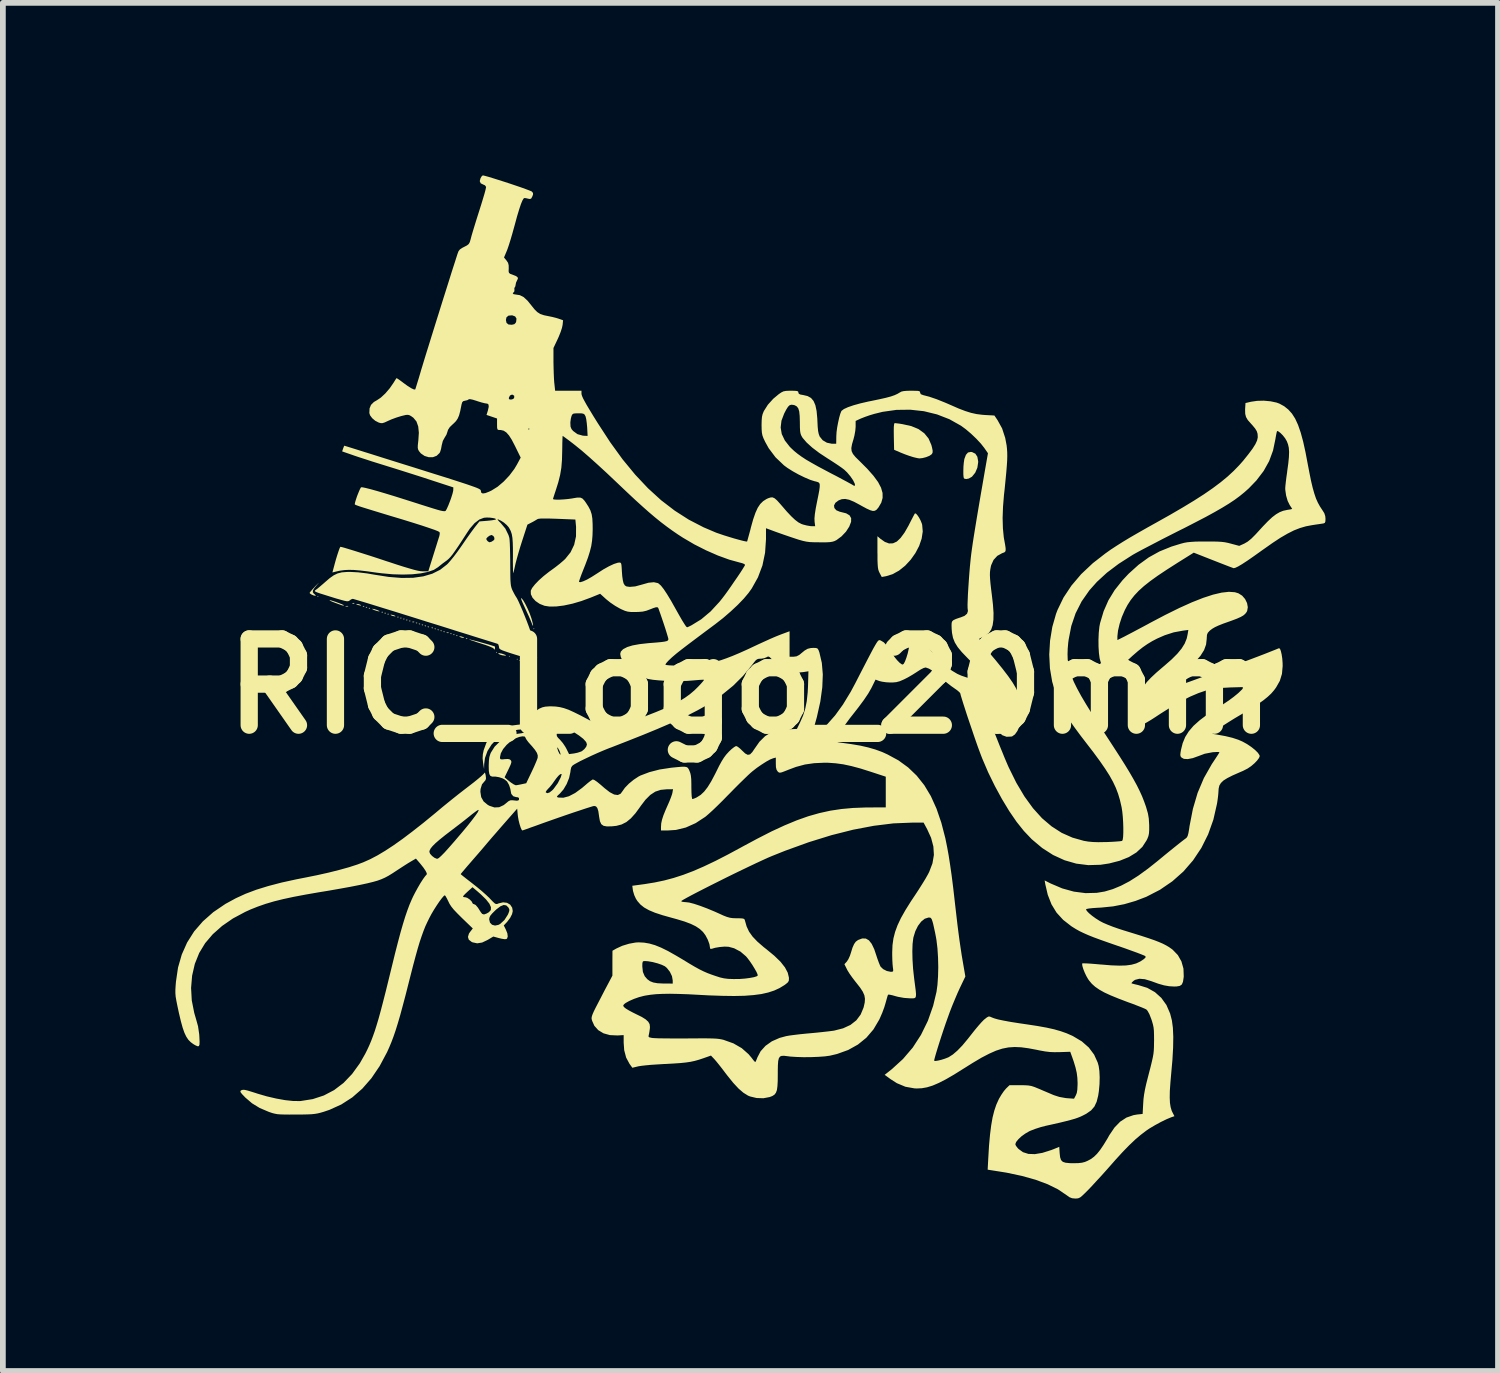
<source format=kicad_pcb>
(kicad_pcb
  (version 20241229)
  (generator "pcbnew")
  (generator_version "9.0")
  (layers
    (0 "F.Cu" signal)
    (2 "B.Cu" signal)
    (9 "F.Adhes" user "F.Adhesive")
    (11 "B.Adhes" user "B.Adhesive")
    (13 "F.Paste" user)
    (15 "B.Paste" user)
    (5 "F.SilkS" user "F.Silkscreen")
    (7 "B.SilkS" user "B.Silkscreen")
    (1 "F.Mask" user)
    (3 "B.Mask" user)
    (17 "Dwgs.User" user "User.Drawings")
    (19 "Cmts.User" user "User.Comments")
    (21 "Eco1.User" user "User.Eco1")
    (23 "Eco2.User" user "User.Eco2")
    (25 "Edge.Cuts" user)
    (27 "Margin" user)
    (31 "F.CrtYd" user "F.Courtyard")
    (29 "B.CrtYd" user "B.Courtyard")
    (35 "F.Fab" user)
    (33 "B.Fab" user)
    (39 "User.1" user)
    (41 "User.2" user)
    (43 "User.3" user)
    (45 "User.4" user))
  (footprint "RIC_Logo_20mm"
    (layer "F.Cu")
    (at 9.998 8.883)
    (property "Reference" "RIC_Logo_20mm" (at 0 0 0) (layer "F.SilkS") (effects (font (size 1.5 1.5) (thickness 0.3))))
    (attr board_only exclude_from_pos_files exclude_from_bom)
    (fp_poly (pts (xy -7.511 -1.562) (xy -7.519 -1.553) (xy -7.528 -1.562) (xy -7.519 -1.57)) (stroke (width 0) (type solid)) (fill yes) (layer "F.SilkS"))
    (fp_poly (pts (xy -4.404 -0.589) (xy -4.413 -0.58) (xy -4.421 -0.589) (xy -4.413 -0.597)) (stroke (width 0) (type solid)) (fill yes) (layer "F.SilkS"))
    (fp_poly (pts (xy -4.182 -0.521) (xy -4.191 -0.512) (xy -4.199 -0.521) (xy -4.191 -0.529)) (stroke (width 0) (type solid)) (fill yes) (layer "F.SilkS"))
    (fp_poly (pts (xy -4.046 -0.469) (xy -4.054 -0.461) (xy -4.063 -0.469) (xy -4.054 -0.478)) (stroke (width 0) (type solid)) (fill yes) (layer "F.SilkS"))
    (fp_poly (pts (xy -3.755 -0.999) (xy -3.764 -0.99) (xy -3.772 -0.999) (xy -3.764 -1.007)) (stroke (width 0) (type solid)) (fill yes) (layer "F.SilkS"))
    (fp_poly (pts (xy -6.994 -1.394) (xy -6.992 -1.388) (xy -7.016 -1.385) (xy -7.04 -1.388) (xy -7.037 -1.394) (xy -7.002 -1.396)) (stroke (width 0) (type solid)) (fill yes) (layer "F.SilkS"))
    (fp_poly (pts (xy -6.884 -1.444) (xy -6.889 -1.436) (xy -6.906 -1.435) (xy -6.924 -1.439) (xy -6.917 -1.446) (xy -6.89 -1.448)) (stroke (width 0) (type solid)) (fill yes) (layer "F.SilkS"))
    (fp_poly (pts (xy -6.714 -1.394) (xy -6.716 -1.384) (xy -6.726 -1.383) (xy -6.74 -1.389) (xy -6.737 -1.394) (xy -6.717 -1.396)) (stroke (width 0) (type solid)) (fill yes) (layer "F.SilkS"))
    (fp_poly (pts (xy -6.663 -1.377) (xy -6.665 -1.367) (xy -6.674 -1.366) (xy -6.688 -1.372) (xy -6.686 -1.377) (xy -6.665 -1.379)) (stroke (width 0) (type solid)) (fill yes) (layer "F.SilkS"))
    (fp_poly (pts (xy -6.612 -1.36) (xy -6.614 -1.35) (xy -6.623 -1.349) (xy -6.637 -1.355) (xy -6.634 -1.36) (xy -6.614 -1.362)) (stroke (width 0) (type solid)) (fill yes) (layer "F.SilkS"))
    (fp_poly (pts (xy -6.39 -1.292) (xy -6.392 -1.281) (xy -6.401 -1.28) (xy -6.415 -1.286) (xy -6.413 -1.292) (xy -6.392 -1.294)) (stroke (width 0) (type solid)) (fill yes) (layer "F.SilkS"))
    (fp_poly (pts (xy -6.339 -1.275) (xy -6.341 -1.264) (xy -6.35 -1.263) (xy -6.364 -1.269) (xy -6.361 -1.275) (xy -6.341 -1.277)) (stroke (width 0) (type solid)) (fill yes) (layer "F.SilkS"))
    (fp_poly (pts (xy -6.287 -1.257) (xy -6.29 -1.247) (xy -6.299 -1.246) (xy -6.313 -1.252) (xy -6.31 -1.257) (xy -6.29 -1.26)) (stroke (width 0) (type solid)) (fill yes) (layer "F.SilkS"))
    (fp_poly (pts (xy -6.117 -1.206) (xy -6.119 -1.196) (xy -6.128 -1.195) (xy -6.142 -1.201) (xy -6.139 -1.206) (xy -6.119 -1.208)) (stroke (width 0) (type solid)) (fill yes) (layer "F.SilkS"))
    (fp_poly (pts (xy -6.066 -1.189) (xy -6.068 -1.179) (xy -6.077 -1.178) (xy -6.091 -1.184) (xy -6.088 -1.189) (xy -6.068 -1.191)) (stroke (width 0) (type solid)) (fill yes) (layer "F.SilkS"))
    (fp_poly (pts (xy -6.014 -1.172) (xy -6.017 -1.162) (xy -6.026 -1.161) (xy -6.04 -1.167) (xy -6.037 -1.172) (xy -6.017 -1.174)) (stroke (width 0) (type solid)) (fill yes) (layer "F.SilkS"))
    (fp_poly (pts (xy -5.963 -1.155) (xy -5.965 -1.145) (xy -5.974 -1.144) (xy -5.989 -1.15) (xy -5.986 -1.155) (xy -5.966 -1.157)) (stroke (width 0) (type solid)) (fill yes) (layer "F.SilkS"))
    (fp_poly (pts (xy -5.912 -1.138) (xy -5.914 -1.128) (xy -5.923 -1.127) (xy -5.937 -1.133) (xy -5.935 -1.138) (xy -5.914 -1.14)) (stroke (width 0) (type solid)) (fill yes) (layer "F.SilkS"))
    (fp_poly (pts (xy -5.843 -1.12) (xy -5.848 -1.112) (xy -5.865 -1.111) (xy -5.883 -1.115) (xy -5.875 -1.121) (xy -5.849 -1.123)) (stroke (width 0) (type solid)) (fill yes) (layer "F.SilkS"))
    (fp_poly (pts (xy -5.792 -1.104) (xy -5.795 -1.094) (xy -5.804 -1.092) (xy -5.818 -1.099) (xy -5.815 -1.104) (xy -5.795 -1.106)) (stroke (width 0) (type solid)) (fill yes) (layer "F.SilkS"))
    (fp_poly (pts (xy -5.741 -1.087) (xy -5.744 -1.077) (xy -5.753 -1.075) (xy -5.767 -1.082) (xy -5.764 -1.087) (xy -5.744 -1.089)) (stroke (width 0) (type solid)) (fill yes) (layer "F.SilkS"))
    (fp_poly (pts (xy -5.69 -1.07) (xy -5.692 -1.06) (xy -5.701 -1.058) (xy -5.715 -1.065) (xy -5.713 -1.07) (xy -5.692 -1.072)) (stroke (width 0) (type solid)) (fill yes) (layer "F.SilkS"))
    (fp_poly (pts (xy -5.639 -1.053) (xy -5.641 -1.042) (xy -5.65 -1.041) (xy -5.664 -1.048) (xy -5.662 -1.053) (xy -5.641 -1.055)) (stroke (width 0) (type solid)) (fill yes) (layer "F.SilkS"))
    (fp_poly (pts (xy -5.588 -1.036) (xy -5.59 -1.025) (xy -5.599 -1.024) (xy -5.613 -1.03) (xy -5.61 -1.036) (xy -5.59 -1.038)) (stroke (width 0) (type solid)) (fill yes) (layer "F.SilkS"))
    (fp_poly (pts (xy -5.519 -1.019) (xy -5.522 -1.008) (xy -5.531 -1.007) (xy -5.545 -1.013) (xy -5.542 -1.019) (xy -5.522 -1.021)) (stroke (width 0) (type solid)) (fill yes) (layer "F.SilkS"))
    (fp_poly (pts (xy -5.468 -1.001) (xy -5.47 -0.991) (xy -5.479 -0.99) (xy -5.493 -0.996) (xy -5.491 -1.001) (xy -5.471 -1.003)) (stroke (width 0) (type solid)) (fill yes) (layer "F.SilkS"))
    (fp_poly (pts (xy -5.417 -0.984) (xy -5.419 -0.974) (xy -5.428 -0.973) (xy -5.442 -0.979) (xy -5.44 -0.984) (xy -5.419 -0.986)) (stroke (width 0) (type solid)) (fill yes) (layer "F.SilkS"))
    (fp_poly (pts (xy -5.366 -0.967) (xy -5.368 -0.957) (xy -5.377 -0.956) (xy -5.391 -0.962) (xy -5.388 -0.967) (xy -5.368 -0.969)) (stroke (width 0) (type solid)) (fill yes) (layer "F.SilkS"))
    (fp_poly (pts (xy -5.314 -0.95) (xy -5.317 -0.94) (xy -5.326 -0.939) (xy -5.34 -0.945) (xy -5.337 -0.95) (xy -5.317 -0.952)) (stroke (width 0) (type solid)) (fill yes) (layer "F.SilkS"))
    (fp_poly (pts (xy -5.245 -0.932) (xy -5.25 -0.924) (xy -5.267 -0.923) (xy -5.286 -0.927) (xy -5.278 -0.933) (xy -5.251 -0.935)) (stroke (width 0) (type solid)) (fill yes) (layer "F.SilkS"))
    (fp_poly (pts (xy -5.195 -0.916) (xy -5.197 -0.906) (xy -5.206 -0.905) (xy -5.22 -0.911) (xy -5.218 -0.916) (xy -5.197 -0.918)) (stroke (width 0) (type solid)) (fill yes) (layer "F.SilkS"))
    (fp_poly (pts (xy -5.144 -0.899) (xy -5.146 -0.889) (xy -5.155 -0.888) (xy -5.169 -0.894) (xy -5.166 -0.899) (xy -5.146 -0.901)) (stroke (width 0) (type solid)) (fill yes) (layer "F.SilkS"))
    (fp_poly (pts (xy -5.093 -0.882) (xy -5.095 -0.872) (xy -5.104 -0.871) (xy -5.118 -0.877) (xy -5.115 -0.882) (xy -5.095 -0.884)) (stroke (width 0) (type solid)) (fill yes) (layer "F.SilkS"))
    (fp_poly (pts (xy -4.922 -0.831) (xy -4.924 -0.821) (xy -4.933 -0.819) (xy -4.947 -0.826) (xy -4.945 -0.831) (xy -4.924 -0.833)) (stroke (width 0) (type solid)) (fill yes) (layer "F.SilkS"))
    (fp_poly (pts (xy -3.71 -0.515) (xy -3.708 -0.489) (xy -3.711 -0.483) (xy -3.719 -0.488) (xy -3.72 -0.505) (xy -3.716 -0.523)) (stroke (width 0) (type solid)) (fill yes) (layer "F.SilkS"))
    (fp_poly (pts (xy -6.808 -1.425) (xy -6.785 -1.417) (xy -6.767 -1.406) (xy -6.777 -1.402) (xy -6.813 -1.409) (xy -6.836 -1.417) (xy -6.855 -1.428) (xy -6.845 -1.431)) (stroke (width 0) (type solid)) (fill yes) (layer "F.SilkS"))
    (fp_poly (pts (xy -6.211 -1.237) (xy -6.188 -1.229) (xy -6.169 -1.218) (xy -6.179 -1.214) (xy -6.216 -1.221) (xy -6.239 -1.229) (xy -6.258 -1.24) (xy -6.248 -1.244)) (stroke (width 0) (type solid)) (fill yes) (layer "F.SilkS"))
    (fp_poly (pts (xy -5.016 -0.862) (xy -4.993 -0.853) (xy -4.974 -0.842) (xy -4.984 -0.839) (xy -5.021 -0.845) (xy -5.044 -0.853) (xy -5.063 -0.865) (xy -5.053 -0.868)) (stroke (width 0) (type solid)) (fill yes) (layer "F.SilkS"))
    (fp_poly (pts (xy -3.722 -0.444) (xy -3.721 -0.441) (xy -3.73 -0.41) (xy -3.738 -0.401) (xy -3.754 -0.4) (xy -3.755 -0.404) (xy -3.747 -0.429) (xy -3.738 -0.444) (xy -3.725 -0.46)) (stroke (width 0) (type solid)) (fill yes) (layer "F.SilkS"))
    (fp_poly (pts (xy -4.322 -0.566) (xy -4.292 -0.556) (xy -4.254 -0.541) (xy -4.247 -0.534) (xy -4.267 -0.531) (xy -4.267 -0.531) (xy -4.317 -0.538) (xy -4.353 -0.549) (xy -4.381 -0.564) (xy -4.381 -0.573) (xy -4.359 -0.573)) (stroke (width 0) (type solid)) (fill yes) (layer "F.SilkS"))
    (fp_poly (pts (xy -6.54 -1.34) (xy -6.494 -1.326) (xy -6.487 -1.323) (xy -6.455 -1.309) (xy -6.448 -1.301) (xy -6.452 -1.3) (xy -6.485 -1.306) (xy -6.531 -1.32) (xy -6.538 -1.323) (xy -6.569 -1.337) (xy -6.576 -1.345) (xy -6.572 -1.346)) (stroke (width 0) (type solid)) (fill yes) (layer "F.SilkS"))
    (fp_poly (pts (xy -3.979 -0.447) (xy -3.925 -0.431) (xy -3.866 -0.413) (xy -3.834 -0.401) (xy -3.822 -0.393) (xy -3.825 -0.387) (xy -3.825 -0.386) (xy -3.844 -0.388) (xy -3.885 -0.399) (xy -3.931 -0.414) (xy -3.992 -0.436) (xy -4.02 -0.45) (xy -4.015 -0.454)) (stroke (width 0) (type solid)) (fill yes) (layer "F.SilkS"))
    (fp_poly (pts (xy -7.3 -1.494) (xy -7.26 -1.482) (xy -7.208 -1.465) (xy -7.154 -1.445) (xy -7.106 -1.426) (xy -7.075 -1.412) (xy -7.069 -1.408) (xy -7.072 -1.401) (xy -7.097 -1.405) (xy -7.118 -1.412) (xy -7.148 -1.423) (xy -7.197 -1.441) (xy -7.235 -1.455) (xy -7.282 -1.474) (xy -7.312 -1.489) (xy -7.318 -1.496)) (stroke (width 0) (type solid)) (fill yes) (layer "F.SilkS"))
    (fp_poly (pts (xy -7.51 -1.79) (xy -7.532 -1.765) (xy -7.581 -1.707) (xy -7.606 -1.665) (xy -7.608 -1.634) (xy -7.589 -1.607) (xy -7.575 -1.597) (xy -7.556 -1.578) (xy -7.563 -1.572) (xy -7.591 -1.577) (xy -7.626 -1.591) (xy -7.655 -1.61) (xy -7.664 -1.622) (xy -7.653 -1.639) (xy -7.623 -1.674) (xy -7.58 -1.721) (xy -7.558 -1.745) (xy -7.52 -1.783) (xy -7.504 -1.799)) (stroke (width 0) (type solid)) (fill yes) (layer "F.SilkS"))
    (fp_poly (pts (xy -3.976 -1.527) (xy -3.947 -1.49) (xy -3.912 -1.429) (xy -3.874 -1.352) (xy -3.838 -1.269) (xy -3.809 -1.188) (xy -3.799 -1.155) (xy -3.784 -1.095) (xy -3.777 -1.059) (xy -3.78 -1.049) (xy -3.79 -1.067) (xy -3.805 -1.106) (xy -3.821 -1.146) (xy -3.848 -1.208) (xy -3.883 -1.284) (xy -3.92 -1.364) (xy -3.958 -1.447) (xy -3.98 -1.501) (xy -3.987 -1.528) (xy -3.979 -1.529)) (stroke (width 0) (type solid)) (fill yes) (layer "F.SilkS"))
    (fp_poly (pts (xy -4.876 -0.812) (xy -4.833 -0.801) (xy -4.773 -0.786) (xy -4.702 -0.767) (xy -4.627 -0.746) (xy -4.556 -0.726) (xy -4.497 -0.708) (xy -4.456 -0.695) (xy -4.441 -0.689) (xy -4.439 -0.672) (xy -4.441 -0.654) (xy -4.448 -0.634) (xy -4.457 -0.646) (xy -4.458 -0.65) (xy -4.479 -0.666) (xy -4.53 -0.689) (xy -4.606 -0.717) (xy -4.684 -0.742) (xy -4.763 -0.767) (xy -4.828 -0.789) (xy -4.873 -0.805) (xy -4.892 -0.814) (xy -4.893 -0.814)) (stroke (width 0) (type solid)) (fill yes) (layer "F.SilkS"))
    (fp_poly (pts (xy 3.857 -4.071) (xy 3.914 -4.043) (xy 3.949 -3.989) (xy 3.963 -3.909) (xy 3.963 -3.894) (xy 3.949 -3.8) (xy 3.912 -3.713) (xy 3.857 -3.645) (xy 3.847 -3.638) (xy 3.8 -3.611) (xy 3.753 -3.602) (xy 3.718 -3.611) (xy 3.716 -3.613) (xy 3.709 -3.637) (xy 3.705 -3.686) (xy 3.705 -3.75) (xy 3.707 -3.821) (xy 3.713 -3.887) (xy 3.721 -3.942) (xy 3.723 -3.952) (xy 3.75 -4.023) (xy 3.786 -4.064) (xy 3.836 -4.074)) (stroke (width 0) (type solid)) (fill yes) (layer "F.SilkS"))
    (fp_poly (pts (xy 2.54 -4.572) (xy 2.59 -4.566) (xy 2.646 -4.557) (xy 2.8 -4.523) (xy 2.927 -4.47) (xy 3.026 -4.398) (xy 3.1 -4.307) (xy 3.149 -4.194) (xy 3.16 -4.152) (xy 3.171 -4.098) (xy 3.171 -4.065) (xy 3.16 -4.041) (xy 3.151 -4.031) (xy 3.115 -4.006) (xy 3.058 -3.983) (xy 2.996 -3.967) (xy 2.941 -3.961) (xy 2.941 -3.961) (xy 2.907 -3.966) (xy 2.855 -3.978) (xy 2.825 -3.986) (xy 2.765 -4.005) (xy 2.69 -4.032) (xy 2.62 -4.06) (xy 2.501 -4.111) (xy 2.496 -4.343) (xy 2.495 -4.44) (xy 2.496 -4.508) (xy 2.5 -4.55) (xy 2.506 -4.571) (xy 2.513 -4.575)) (stroke (width 0) (type solid)) (fill yes) (layer "F.SilkS"))
    (fp_poly (pts (xy 2.88 -3.002) (xy 2.905 -2.975) (xy 2.934 -2.933) (xy 2.961 -2.882) (xy 2.982 -2.831) (xy 2.989 -2.806) (xy 2.999 -2.69) (xy 2.98 -2.566) (xy 2.937 -2.44) (xy 2.872 -2.316) (xy 2.79 -2.2) (xy 2.694 -2.096) (xy 2.587 -2.01) (xy 2.473 -1.947) (xy 2.363 -1.913) (xy 2.286 -1.899) (xy 2.249 -1.969) (xy 2.235 -1.999) (xy 2.225 -2.03) (xy 2.219 -2.068) (xy 2.215 -2.121) (xy 2.212 -2.194) (xy 2.212 -2.293) (xy 2.211 -2.324) (xy 2.211 -2.608) (xy 2.262 -2.564) (xy 2.34 -2.509) (xy 2.412 -2.482) (xy 2.481 -2.484) (xy 2.548 -2.515) (xy 2.614 -2.578) (xy 2.683 -2.672) (xy 2.755 -2.798) (xy 2.764 -2.817) (xy 2.8 -2.887) (xy 2.831 -2.947) (xy 2.853 -2.988) (xy 2.863 -3.004)) (stroke (width 0) (type solid)) (fill yes) (layer "F.SilkS"))
    (fp_poly (pts (xy -4.65 -8.883) (xy -4.616 -8.875) (xy -4.557 -8.859) (xy -4.478 -8.835) (xy -4.386 -8.806) (xy -4.285 -8.774) (xy -4.181 -8.74) (xy -4.08 -8.706) (xy -3.986 -8.674) (xy -3.906 -8.645) (xy -3.845 -8.622) (xy -3.808 -8.607) (xy -3.8 -8.602) (xy -3.779 -8.577) (xy -3.778 -8.55) (xy -3.79 -8.518) (xy -3.809 -8.482) (xy -3.831 -8.472) (xy -3.856 -8.476) (xy -3.899 -8.486) (xy -3.925 -8.49) (xy -3.943 -8.48) (xy -3.964 -8.444) (xy -3.989 -8.383) (xy -4.019 -8.293) (xy -4.055 -8.174) (xy -4.096 -8.023) (xy -4.108 -7.98) (xy -4.137 -7.875) (xy -4.167 -7.772) (xy -4.196 -7.679) (xy -4.221 -7.605) (xy -4.234 -7.572) (xy -4.283 -7.455) (xy -4.24 -7.403) (xy -4.213 -7.363) (xy -4.202 -7.32) (xy -4.201 -7.266) (xy -4.203 -7.215) (xy -4.196 -7.187) (xy -4.175 -7.171) (xy -4.14 -7.158) (xy -4.079 -7.134) (xy -4.047 -7.112) (xy -4.041 -7.087) (xy -4.054 -7.061) (xy -4.074 -7.018) (xy -4.08 -6.987) (xy -4.086 -6.953) (xy -4.095 -6.94) (xy -4.104 -6.918) (xy -4.102 -6.898) (xy -4.103 -6.866) (xy -4.112 -6.854) (xy -4.131 -6.834) (xy -4.119 -6.818) (xy -4.08 -6.811) (xy -4.078 -6.811) (xy -4.008 -6.8) (xy -3.941 -6.766) (xy -3.874 -6.704) (xy -3.813 -6.629) (xy -3.755 -6.556) (xy -3.705 -6.506) (xy -3.653 -6.473) (xy -3.589 -6.451) (xy -3.516 -6.436) (xy -3.443 -6.421) (xy -3.372 -6.403) (xy -3.331 -6.39) (xy -3.256 -6.363) (xy -3.264 -6.283) (xy -3.275 -6.231) (xy -3.298 -6.16) (xy -3.33 -6.08) (xy -3.347 -6.042) (xy -3.423 -5.881) (xy -3.423 -5.642) (xy -3.421 -5.54) (xy -3.418 -5.438) (xy -3.414 -5.345) (xy -3.409 -5.274) (xy -3.408 -5.27) (xy -3.394 -5.138) (xy -3.165 -5.138) (xy -2.936 -5.138) (xy -2.936 -5.093) (xy -2.934 -5.072) (xy -2.925 -5.044) (xy -2.909 -5.007) (xy -2.883 -4.958) (xy -2.847 -4.893) (xy -2.796 -4.808) (xy -2.732 -4.702) (xy -2.651 -4.572) (xy -2.436 -4.242) (xy -2.221 -3.945) (xy -2.002 -3.679) (xy -1.78 -3.443) (xy -1.551 -3.234) (xy -1.315 -3.053) (xy -1.07 -2.896) (xy -0.813 -2.763) (xy -0.592 -2.669) (xy -0.528 -2.647) (xy -0.451 -2.621) (xy -0.367 -2.595) (xy -0.281 -2.569) (xy -0.201 -2.547) (xy -0.133 -2.529) (xy -0.083 -2.518) (xy -0.058 -2.515) (xy -0.056 -2.515) (xy -0.05 -2.533) (xy -0.038 -2.578) (xy -0.02 -2.643) (xy 0.002 -2.724) (xy 0.01 -2.758) (xy 0.05 -2.901) (xy 0.089 -3.014) (xy 0.129 -3.102) (xy 0.173 -3.168) (xy 0.224 -3.218) (xy 0.284 -3.256) (xy 0.313 -3.269) (xy 0.354 -3.282) (xy 0.389 -3.283) (xy 0.425 -3.266) (xy 0.466 -3.23) (xy 0.52 -3.17) (xy 0.54 -3.147) (xy 0.634 -3.038) (xy 0.712 -2.955) (xy 0.778 -2.893) (xy 0.836 -2.849) (xy 0.889 -2.821) (xy 0.921 -2.81) (xy 0.984 -2.794) (xy 1.044 -2.784) (xy 1.071 -2.782) (xy 1.128 -2.782) (xy 1.118 -2.863) (xy 1.116 -2.918) (xy 1.123 -2.994) (xy 1.139 -3.096) (xy 1.16 -3.204) (xy 1.183 -3.317) (xy 1.199 -3.402) (xy 1.207 -3.463) (xy 1.208 -3.504) (xy 1.201 -3.53) (xy 1.185 -3.545) (xy 1.16 -3.554) (xy 1.125 -3.563) (xy 1.122 -3.563) (xy 1.043 -3.588) (xy 0.947 -3.629) (xy 0.842 -3.68) (xy 0.739 -3.737) (xy 0.647 -3.795) (xy 0.586 -3.84) (xy 0.439 -3.98) (xy 0.32 -4.138) (xy 0.258 -4.25) (xy 0.228 -4.314) (xy 0.21 -4.364) (xy 0.201 -4.414) (xy 0.197 -4.475) (xy 0.197 -4.499) (xy 0.528 -4.499) (xy 0.547 -4.385) (xy 0.6 -4.274) (xy 0.686 -4.164) (xy 0.708 -4.142) (xy 0.763 -4.09) (xy 0.822 -4.042) (xy 0.889 -3.993) (xy 0.968 -3.941) (xy 1.064 -3.885) (xy 1.18 -3.82) (xy 1.321 -3.745) (xy 1.4 -3.703) (xy 1.503 -3.65) (xy 1.596 -3.6) (xy 1.675 -3.558) (xy 1.735 -3.525) (xy 1.773 -3.504) (xy 1.783 -3.497) (xy 1.81 -3.482) (xy 1.821 -3.496) (xy 1.817 -3.521) (xy 1.789 -3.579) (xy 1.742 -3.648) (xy 1.684 -3.717) (xy 1.635 -3.764) (xy 1.593 -3.796) (xy 1.53 -3.84) (xy 1.453 -3.891) (xy 1.371 -3.944) (xy 1.35 -3.957) (xy 1.201 -4.055) (xy 1.077 -4.149) (xy 0.98 -4.237) (xy 0.912 -4.316) (xy 0.901 -4.333) (xy 0.884 -4.364) (xy 0.873 -4.397) (xy 0.866 -4.439) (xy 0.863 -4.499) (xy 0.862 -4.584) (xy 0.862 -4.593) (xy 0.859 -4.699) (xy 0.851 -4.777) (xy 0.835 -4.83) (xy 0.81 -4.864) (xy 0.773 -4.885) (xy 0.751 -4.891) (xy 0.714 -4.895) (xy 0.684 -4.886) (xy 0.656 -4.859) (xy 0.625 -4.81) (xy 0.589 -4.741) (xy 0.542 -4.617) (xy 0.528 -4.499) (xy 0.197 -4.499) (xy 0.196 -4.541) (xy 0.198 -4.624) (xy 0.203 -4.683) (xy 0.214 -4.731) (xy 0.233 -4.778) (xy 0.238 -4.788) (xy 0.306 -4.895) (xy 0.4 -4.999) (xy 0.496 -5.079) (xy 0.54 -5.109) (xy 0.577 -5.127) (xy 0.619 -5.135) (xy 0.679 -5.138) (xy 0.706 -5.138) (xy 0.773 -5.137) (xy 0.812 -5.133) (xy 0.831 -5.125) (xy 0.836 -5.11) (xy 0.836 -5.106) (xy 0.844 -5.085) (xy 0.87 -5.072) (xy 0.921 -5.063) (xy 0.997 -5.045) (xy 1.056 -5.012) (xy 1.1 -4.96) (xy 1.132 -4.886) (xy 1.153 -4.786) (xy 1.165 -4.657) (xy 1.167 -4.613) (xy 1.172 -4.512) (xy 1.179 -4.439) (xy 1.19 -4.386) (xy 1.205 -4.346) (xy 1.207 -4.341) (xy 1.259 -4.277) (xy 1.332 -4.234) (xy 1.418 -4.216) (xy 1.425 -4.216) (xy 1.494 -4.216) (xy 1.496 -4.349) (xy 1.5 -4.418) (xy 1.511 -4.5) (xy 1.527 -4.585) (xy 1.545 -4.666) (xy 1.564 -4.734) (xy 1.582 -4.78) (xy 1.589 -4.79) (xy 1.629 -4.82) (xy 1.699 -4.852) (xy 1.795 -4.885) (xy 1.914 -4.918) (xy 2.052 -4.95) (xy 2.108 -4.961) (xy 2.247 -4.99) (xy 2.358 -5.015) (xy 2.444 -5.038) (xy 2.51 -5.061) (xy 2.562 -5.085) (xy 2.597 -5.106) (xy 2.628 -5.123) (xy 2.669 -5.132) (xy 2.73 -5.137) (xy 2.798 -5.138) (xy 2.871 -5.137) (xy 2.917 -5.135) (xy 2.942 -5.129) (xy 2.952 -5.117) (xy 2.953 -5.105) (xy 2.965 -5.078) (xy 3.006 -5.062) (xy 3.009 -5.061) (xy 3.113 -5.034) (xy 3.242 -4.99) (xy 3.389 -4.931) (xy 3.486 -4.889) (xy 3.623 -4.829) (xy 3.738 -4.785) (xy 3.84 -4.753) (xy 3.935 -4.732) (xy 4.031 -4.72) (xy 4.081 -4.716) (xy 4.245 -4.707) (xy 4.3 -4.626) (xy 4.379 -4.483) (xy 4.433 -4.318) (xy 4.458 -4.185) (xy 4.464 -4.128) (xy 4.468 -4.068) (xy 4.469 -4.001) (xy 4.467 -3.924) (xy 4.461 -3.832) (xy 4.452 -3.721) (xy 4.439 -3.587) (xy 4.423 -3.425) (xy 4.412 -3.329) (xy 4.395 -3.121) (xy 4.388 -2.925) (xy 4.393 -2.746) (xy 4.408 -2.591) (xy 4.415 -2.55) (xy 4.431 -2.463) (xy 4.44 -2.403) (xy 4.441 -2.364) (xy 4.434 -2.341) (xy 4.418 -2.327) (xy 4.391 -2.317) (xy 4.378 -2.312) (xy 4.295 -2.266) (xy 4.23 -2.195) (xy 4.189 -2.104) (xy 4.184 -2.084) (xy 4.174 -2.032) (xy 4.168 -1.983) (xy 4.167 -1.929) (xy 4.17 -1.865) (xy 4.177 -1.784) (xy 4.189 -1.68) (xy 4.2 -1.593) (xy 4.22 -1.419) (xy 4.23 -1.274) (xy 4.228 -1.156) (xy 4.215 -1.062) (xy 4.191 -0.988) (xy 4.153 -0.931) (xy 4.103 -0.889) (xy 4.083 -0.877) (xy 4.036 -0.853) (xy 4.001 -0.836) (xy 3.992 -0.833) (xy 3.984 -0.826) (xy 3.986 -0.811) (xy 4 -0.786) (xy 4.026 -0.748) (xy 4.068 -0.693) (xy 4.126 -0.62) (xy 4.204 -0.525) (xy 4.265 -0.453) (xy 4.385 -0.305) (xy 4.483 -0.177) (xy 4.561 -0.065) (xy 4.621 0.036) (xy 4.665 0.128) (xy 4.696 0.217) (xy 4.715 0.306) (xy 4.724 0.394) (xy 4.723 0.5) (xy 4.708 0.603) (xy 4.681 0.698) (xy 4.645 0.779) (xy 4.602 0.839) (xy 4.554 0.873) (xy 4.541 0.876) (xy 4.457 0.88) (xy 4.383 0.853) (xy 4.32 0.796) (xy 4.266 0.706) (xy 4.243 0.651) (xy 4.218 0.595) (xy 4.191 0.544) (xy 4.165 0.504) (xy 4.144 0.481) (xy 4.132 0.481) (xy 4.131 0.489) (xy 4.137 0.512) (xy 4.154 0.563) (xy 4.181 0.635) (xy 4.214 0.723) (xy 4.253 0.824) (xy 4.296 0.932) (xy 4.339 1.041) (xy 4.383 1.148) (xy 4.423 1.247) (xy 4.46 1.334) (xy 4.49 1.403) (xy 4.494 1.412) (xy 4.627 1.681) (xy 4.768 1.918) (xy 4.916 2.122) (xy 5.073 2.296) (xy 5.24 2.438) (xy 5.416 2.551) (xy 5.603 2.634) (xy 5.802 2.69) (xy 5.803 2.69) (xy 5.88 2.703) (xy 5.959 2.71) (xy 6.052 2.713) (xy 6.166 2.711) (xy 6.197 2.711) (xy 6.287 2.707) (xy 6.365 2.702) (xy 6.426 2.697) (xy 6.461 2.692) (xy 6.467 2.69) (xy 6.477 2.667) (xy 6.484 2.616) (xy 6.487 2.545) (xy 6.487 2.459) (xy 6.484 2.365) (xy 6.478 2.27) (xy 6.469 2.181) (xy 6.457 2.103) (xy 6.454 2.091) (xy 6.428 1.978) (xy 6.396 1.871) (xy 6.357 1.768) (xy 6.308 1.664) (xy 6.247 1.554) (xy 6.171 1.435) (xy 6.079 1.302) (xy 5.968 1.151) (xy 5.864 1.016) (xy 5.744 0.86) (xy 5.645 0.726) (xy 5.562 0.609) (xy 5.494 0.505) (xy 5.438 0.408) (xy 5.39 0.316) (xy 5.348 0.224) (xy 5.314 0.138) (xy 5.25 -0.078) (xy 5.211 -0.309) (xy 5.199 -0.549) (xy 5.213 -0.792) (xy 5.252 -1.03) (xy 5.317 -1.258) (xy 5.343 -1.326) (xy 5.447 -1.541) (xy 5.585 -1.749) (xy 5.754 -1.948) (xy 5.957 -2.139) (xy 6.173 -2.307) (xy 6.267 -2.374) (xy 6.368 -2.44) (xy 6.477 -2.509) (xy 6.601 -2.584) (xy 6.743 -2.666) (xy 6.908 -2.76) (xy 7.041 -2.834) (xy 7.294 -2.976) (xy 7.519 -3.107) (xy 7.717 -3.227) (xy 7.892 -3.339) (xy 8.045 -3.445) (xy 8.181 -3.547) (xy 8.301 -3.646) (xy 8.407 -3.744) (xy 8.503 -3.843) (xy 8.571 -3.92) (xy 8.664 -4.036) (xy 8.735 -4.131) (xy 8.784 -4.209) (xy 8.813 -4.272) (xy 8.825 -4.325) (xy 8.825 -4.336) (xy 8.822 -4.389) (xy 8.808 -4.434) (xy 8.78 -4.48) (xy 8.733 -4.537) (xy 8.704 -4.569) (xy 8.651 -4.629) (xy 8.621 -4.681) (xy 8.607 -4.735) (xy 8.605 -4.806) (xy 8.606 -4.831) (xy 8.612 -4.924) (xy 8.706 -4.946) (xy 8.813 -4.962) (xy 8.931 -4.965) (xy 9.048 -4.954) (xy 9.152 -4.932) (xy 9.203 -4.913) (xy 9.285 -4.868) (xy 9.356 -4.811) (xy 9.42 -4.74) (xy 9.476 -4.652) (xy 9.526 -4.543) (xy 9.572 -4.41) (xy 9.615 -4.252) (xy 9.656 -4.065) (xy 9.687 -3.901) (xy 9.721 -3.723) (xy 9.751 -3.574) (xy 9.78 -3.451) (xy 9.809 -3.349) (xy 9.838 -3.263) (xy 9.871 -3.19) (xy 9.907 -3.125) (xy 9.944 -3.069) (xy 9.982 -3.009) (xy 9.999 -2.957) (xy 10.003 -2.911) (xy 10.001 -2.864) (xy 9.991 -2.84) (xy 9.967 -2.83) (xy 9.947 -2.827) (xy 9.902 -2.82) (xy 9.838 -2.811) (xy 9.767 -2.8) (xy 9.767 -2.8) (xy 9.662 -2.78) (xy 9.559 -2.75) (xy 9.454 -2.709) (xy 9.343 -2.653) (xy 9.219 -2.581) (xy 9.081 -2.49) (xy 8.922 -2.378) (xy 8.902 -2.364) (xy 8.762 -2.264) (xy 8.647 -2.184) (xy 8.555 -2.124) (xy 8.486 -2.083) (xy 8.436 -2.059) (xy 8.406 -2.052) (xy 8.402 -2.053) (xy 8.378 -2.062) (xy 8.327 -2.081) (xy 8.255 -2.109) (xy 8.167 -2.143) (xy 8.068 -2.182) (xy 8.042 -2.192) (xy 7.712 -2.322) (xy 7.426 -2.143) (xy 7.243 -2.026) (xy 7.087 -1.922) (xy 6.956 -1.828) (xy 6.846 -1.741) (xy 6.755 -1.659) (xy 6.679 -1.578) (xy 6.615 -1.497) (xy 6.56 -1.412) (xy 6.514 -1.325) (xy 6.462 -1.205) (xy 6.422 -1.082) (xy 6.395 -0.967) (xy 6.384 -0.868) (xy 6.384 -0.863) (xy 6.384 -0.802) (xy 6.506 -0.863) (xy 6.559 -0.891) (xy 6.636 -0.931) (xy 6.728 -0.98) (xy 6.83 -1.034) (xy 6.934 -1.09) (xy 6.946 -1.097) (xy 7.216 -1.239) (xy 7.461 -1.36) (xy 7.681 -1.459) (xy 7.876 -1.536) (xy 8.048 -1.592) (xy 8.197 -1.627) (xy 8.323 -1.641) (xy 8.427 -1.634) (xy 8.489 -1.615) (xy 8.554 -1.574) (xy 8.605 -1.515) (xy 8.639 -1.445) (xy 8.652 -1.374) (xy 8.641 -1.309) (xy 8.631 -1.289) (xy 8.606 -1.257) (xy 8.573 -1.229) (xy 8.527 -1.203) (xy 8.462 -1.174) (xy 8.372 -1.14) (xy 8.33 -1.125) (xy 8.223 -1.087) (xy 8.143 -1.055) (xy 8.084 -1.028) (xy 8.039 -1.002) (xy 8.002 -0.975) (xy 7.984 -0.959) (xy 7.956 -0.928) (xy 7.942 -0.893) (xy 7.938 -0.841) (xy 7.937 -0.82) (xy 7.926 -0.723) (xy 7.891 -0.627) (xy 7.83 -0.53) (xy 7.742 -0.429) (xy 7.624 -0.322) (xy 7.553 -0.265) (xy 7.449 -0.179) (xy 7.373 -0.107) (xy 7.325 -0.048) (xy 7.306 -0.004) (xy 7.306 0.001) (xy 7.309 0.028) (xy 7.313 0.034) (xy 7.334 0.028) (xy 7.383 0.012) (xy 7.457 -0.014) (xy 7.552 -0.047) (xy 7.664 -0.087) (xy 7.79 -0.133) (xy 7.926 -0.182) (xy 8.069 -0.234) (xy 8.215 -0.287) (xy 8.359 -0.341) (xy 8.5 -0.393) (xy 8.632 -0.442) (xy 8.752 -0.487) (xy 8.857 -0.527) (xy 8.943 -0.56) (xy 8.996 -0.581) (xy 9.069 -0.61) (xy 9.132 -0.635) (xy 9.176 -0.653) (xy 9.194 -0.66) (xy 9.211 -0.651) (xy 9.226 -0.613) (xy 9.24 -0.555) (xy 9.251 -0.483) (xy 9.257 -0.403) (xy 9.258 -0.35) (xy 9.246 -0.214) (xy 9.209 -0.093) (xy 9.144 0.022) (xy 9.109 0.07) (xy 9.059 0.128) (xy 8.998 0.185) (xy 8.924 0.245) (xy 8.832 0.31) (xy 8.718 0.384) (xy 8.578 0.468) (xy 8.521 0.501) (xy 8.423 0.559) (xy 8.328 0.618) (xy 8.243 0.672) (xy 8.175 0.718) (xy 8.133 0.748) (xy 8.033 0.828) (xy 8.117 0.842) (xy 8.265 0.869) (xy 8.385 0.898) (xy 8.488 0.932) (xy 8.561 0.964) (xy 8.639 1.007) (xy 8.713 1.057) (xy 8.778 1.109) (xy 8.827 1.158) (xy 8.855 1.2) (xy 8.859 1.217) (xy 8.847 1.248) (xy 8.814 1.293) (xy 8.769 1.34) (xy 8.712 1.389) (xy 8.649 1.432) (xy 8.569 1.473) (xy 8.506 1.5) (xy 8.386 1.553) (xy 8.295 1.599) (xy 8.228 1.641) (xy 8.184 1.684) (xy 8.157 1.729) (xy 8.145 1.781) (xy 8.142 1.825) (xy 8.139 1.87) (xy 8.132 1.938) (xy 8.121 2.016) (xy 8.115 2.05) (xy 8.053 2.322) (xy 7.962 2.577) (xy 7.844 2.813) (xy 7.7 3.029) (xy 7.532 3.223) (xy 7.339 3.394) (xy 7.124 3.541) (xy 6.887 3.663) (xy 6.698 3.735) (xy 6.505 3.791) (xy 6.311 3.829) (xy 6.104 3.85) (xy 6.047 3.853) (xy 5.957 3.859) (xy 5.89 3.866) (xy 5.849 3.874) (xy 5.838 3.88) (xy 5.852 3.908) (xy 5.889 3.947) (xy 5.944 3.993) (xy 6.009 4.04) (xy 6.079 4.084) (xy 6.136 4.114) (xy 6.21 4.146) (xy 6.304 4.183) (xy 6.404 4.218) (xy 6.478 4.242) (xy 6.656 4.297) (xy 6.804 4.343) (xy 6.926 4.383) (xy 7.027 4.418) (xy 7.109 4.45) (xy 7.176 4.479) (xy 7.232 4.508) (xy 7.281 4.537) (xy 7.325 4.568) (xy 7.346 4.584) (xy 7.435 4.676) (xy 7.498 4.787) (xy 7.533 4.912) (xy 7.538 5.048) (xy 7.536 5.066) (xy 7.525 5.14) (xy 7.505 5.187) (xy 7.47 5.212) (xy 7.414 5.222) (xy 7.369 5.223) (xy 7.284 5.218) (xy 7.197 5.203) (xy 7.098 5.175) (xy 6.979 5.132) (xy 6.977 5.131) (xy 6.861 5.096) (xy 6.766 5.088) (xy 6.692 5.107) (xy 6.667 5.123) (xy 6.639 5.149) (xy 6.628 5.166) (xy 6.629 5.167) (xy 6.649 5.174) (xy 6.692 5.185) (xy 6.747 5.198) (xy 6.903 5.246) (xy 7.037 5.321) (xy 7.148 5.421) (xy 7.237 5.545) (xy 7.301 5.693) (xy 7.332 5.813) (xy 7.349 5.94) (xy 7.356 6.098) (xy 7.353 6.285) (xy 7.341 6.5) (xy 7.321 6.723) (xy 7.306 6.895) (xy 7.296 7.037) (xy 7.294 7.153) (xy 7.298 7.246) (xy 7.31 7.321) (xy 7.328 7.382) (xy 7.339 7.406) (xy 7.376 7.478) (xy 7.323 7.496) (xy 7.241 7.53) (xy 7.142 7.578) (xy 7.039 7.634) (xy 6.943 7.691) (xy 6.888 7.728) (xy 6.791 7.802) (xy 6.693 7.885) (xy 6.589 7.984) (xy 6.475 8.101) (xy 6.348 8.24) (xy 6.277 8.321) (xy 6.193 8.416) (xy 6.105 8.514) (xy 6.019 8.607) (xy 5.943 8.69) (xy 5.883 8.753) (xy 5.819 8.817) (xy 5.773 8.861) (xy 5.739 8.889) (xy 5.711 8.903) (xy 5.684 8.909) (xy 5.651 8.91) (xy 5.65 8.91) (xy 5.596 8.905) (xy 5.55 8.887) (xy 5.497 8.849) (xy 5.35 8.75) (xy 5.172 8.662) (xy 4.963 8.584) (xy 4.723 8.517) (xy 4.455 8.46) (xy 4.33 8.44) (xy 4.128 8.408) (xy 4.139 8.203) (xy 4.152 7.986) (xy 4.169 7.8) (xy 4.189 7.64) (xy 4.213 7.502) (xy 4.243 7.383) (xy 4.278 7.279) (xy 4.32 7.186) (xy 4.327 7.172) (xy 4.366 7.106) (xy 4.409 7.043) (xy 4.448 6.997) (xy 4.448 6.997) (xy 4.508 6.939) (xy 4.691 6.939) (xy 4.775 6.94) (xy 4.837 6.944) (xy 4.888 6.953) (xy 4.941 6.97) (xy 5.007 6.997) (xy 5.027 7.005) (xy 5.108 7.04) (xy 5.191 7.075) (xy 5.261 7.105) (xy 5.281 7.113) (xy 5.374 7.143) (xy 5.479 7.162) (xy 5.505 7.165) (xy 5.63 7.174) (xy 5.661 7.116) (xy 5.678 7.074) (xy 5.687 7.019) (xy 5.691 6.942) (xy 5.692 6.905) (xy 5.688 6.812) (xy 5.677 6.724) (xy 5.656 6.632) (xy 5.624 6.526) (xy 5.598 6.452) (xy 5.564 6.358) (xy 5.381 6.364) (xy 5.29 6.365) (xy 5.21 6.362) (xy 5.128 6.352) (xy 5.033 6.335) (xy 4.976 6.323) (xy 4.837 6.297) (xy 4.712 6.28) (xy 4.598 6.275) (xy 4.49 6.282) (xy 4.383 6.303) (xy 4.272 6.339) (xy 4.153 6.392) (xy 4.02 6.461) (xy 3.87 6.55) (xy 3.704 6.654) (xy 3.541 6.756) (xy 3.401 6.837) (xy 3.278 6.9) (xy 3.171 6.946) (xy 3.073 6.976) (xy 2.983 6.992) (xy 2.896 6.996) (xy 2.853 6.994) (xy 2.697 6.966) (xy 2.549 6.904) (xy 2.441 6.835) (xy 2.337 6.759) (xy 2.462 6.66) (xy 2.655 6.484) (xy 2.825 6.285) (xy 2.969 6.063) (xy 3.088 5.82) (xy 3.18 5.558) (xy 3.238 5.317) (xy 3.255 5.193) (xy 3.265 5.046) (xy 3.269 4.885) (xy 3.265 4.72) (xy 3.255 4.561) (xy 3.238 4.419) (xy 3.23 4.37) (xy 3.213 4.283) (xy 3.195 4.201) (xy 3.18 4.133) (xy 3.17 4.097) (xy 3.154 4.05) (xy 3.136 4.028) (xy 3.111 4.023) (xy 3.1 4.023) (xy 3.034 4.044) (xy 2.972 4.094) (xy 2.916 4.168) (xy 2.87 4.261) (xy 2.837 4.368) (xy 2.834 4.385) (xy 2.822 4.484) (xy 2.818 4.61) (xy 2.821 4.755) (xy 2.831 4.914) (xy 2.849 5.079) (xy 2.851 5.095) (xy 2.866 5.21) (xy 2.877 5.295) (xy 2.882 5.354) (xy 2.88 5.393) (xy 2.871 5.416) (xy 2.853 5.426) (xy 2.826 5.429) (xy 2.787 5.428) (xy 2.77 5.428) (xy 2.673 5.421) (xy 2.568 5.402) (xy 2.53 5.392) (xy 2.47 5.375) (xy 2.423 5.365) (xy 2.398 5.364) (xy 2.397 5.364) (xy 2.388 5.384) (xy 2.375 5.429) (xy 2.358 5.49) (xy 2.353 5.508) (xy 2.33 5.585) (xy 2.296 5.677) (xy 2.257 5.767) (xy 2.243 5.798) (xy 2.142 5.969) (xy 2.018 6.114) (xy 1.871 6.233) (xy 1.702 6.327) (xy 1.51 6.396) (xy 1.384 6.426) (xy 1.295 6.438) (xy 1.182 6.446) (xy 1.055 6.451) (xy 0.925 6.452) (xy 0.801 6.448) (xy 0.694 6.441) (xy 0.649 6.435) (xy 0.59 6.428) (xy 0.547 6.429) (xy 0.517 6.441) (xy 0.497 6.47) (xy 0.485 6.519) (xy 0.48 6.592) (xy 0.478 6.693) (xy 0.478 6.746) (xy 0.477 6.866) (xy 0.472 6.957) (xy 0.463 7.023) (xy 0.446 7.07) (xy 0.421 7.103) (xy 0.386 7.126) (xy 0.338 7.145) (xy 0.228 7.166) (xy 0.109 7.162) (xy -0.004 7.135) (xy -0.04 7.12) (xy -0.119 7.071) (xy -0.204 6.998) (xy -0.297 6.898) (xy -0.401 6.769) (xy -0.434 6.726) (xy -0.49 6.652) (xy -0.545 6.582) (xy -0.592 6.524) (xy -0.625 6.486) (xy -0.626 6.485) (xy -0.684 6.424) (xy -0.818 6.471) (xy -0.893 6.496) (xy -0.964 6.516) (xy -1.037 6.532) (xy -1.118 6.544) (xy -1.214 6.554) (xy -1.33 6.562) (xy -1.473 6.57) (xy -1.503 6.571) (xy -1.616 6.578) (xy -1.725 6.585) (xy -1.821 6.594) (xy -1.898 6.603) (xy -1.949 6.611) (xy -1.952 6.612) (xy -2.051 6.636) (xy -2.101 6.567) (xy -2.159 6.459) (xy -2.193 6.33) (xy -2.202 6.198) (xy -2.202 6.068) (xy -2.312 6.074) (xy -2.442 6.068) (xy -2.553 6.037) (xy -2.644 5.982) (xy -2.712 5.906) (xy -2.75 5.821) (xy -2.756 5.801) (xy -2.76 5.783) (xy -2.759 5.762) (xy -2.754 5.737) (xy -2.742 5.703) (xy -2.722 5.657) (xy -2.692 5.596) (xy -2.667 5.548) (xy -2.209 5.548) (xy -2.206 5.567) (xy -2.189 5.587) (xy -2.162 5.608) (xy -2.111 5.639) (xy -2.045 5.674) (xy -1.987 5.703) (xy -1.889 5.751) (xy -1.82 5.794) (xy -1.775 5.835) (xy -1.751 5.877) (xy -1.745 5.926) (xy -1.747 5.957) (xy -1.755 6.013) (xy -1.764 6.06) (xy -1.767 6.071) (xy -1.77 6.093) (xy -1.758 6.106) (xy -1.722 6.115) (xy -1.696 6.119) (xy -1.658 6.121) (xy -1.591 6.124) (xy -1.5 6.125) (xy -1.39 6.126) (xy -1.266 6.126) (xy -1.134 6.126) (xy -1.092 6.126) (xy -0.941 6.125) (xy -0.819 6.124) (xy -0.723 6.125) (xy -0.647 6.127) (xy -0.588 6.13) (xy -0.541 6.135) (xy -0.502 6.142) (xy -0.466 6.15) (xy -0.461 6.152) (xy -0.293 6.212) (xy -0.149 6.295) (xy -0.03 6.4) (xy 0.022 6.462) (xy 0.054 6.504) (xy 0.078 6.531) (xy 0.086 6.537) (xy 0.096 6.523) (xy 0.112 6.486) (xy 0.124 6.455) (xy 0.18 6.348) (xy 0.265 6.254) (xy 0.375 6.176) (xy 0.509 6.117) (xy 0.623 6.086) (xy 0.68 6.076) (xy 0.763 6.065) (xy 0.863 6.053) (xy 0.972 6.042) (xy 1.05 6.035) (xy 1.157 6.025) (xy 1.26 6.014) (xy 1.351 6.004) (xy 1.422 5.995) (xy 1.458 5.99) (xy 1.614 5.95) (xy 1.742 5.891) (xy 1.844 5.811) (xy 1.919 5.711) (xy 1.97 5.589) (xy 1.973 5.577) (xy 1.99 5.501) (xy 1.994 5.436) (xy 1.984 5.376) (xy 1.956 5.313) (xy 1.909 5.241) (xy 1.84 5.153) (xy 1.827 5.137) (xy 1.775 5.069) (xy 1.726 5) (xy 1.689 4.94) (xy 1.68 4.922) (xy 1.637 4.835) (xy 1.678 4.79) (xy 1.705 4.749) (xy 1.732 4.69) (xy 1.749 4.639) (xy 1.777 4.548) (xy 1.805 4.485) (xy 1.835 4.443) (xy 1.873 4.415) (xy 1.877 4.413) (xy 1.947 4.387) (xy 2.009 4.389) (xy 2.063 4.42) (xy 2.111 4.481) (xy 2.155 4.573) (xy 2.186 4.665) (xy 2.211 4.741) (xy 2.236 4.809) (xy 2.257 4.86) (xy 2.267 4.879) (xy 2.311 4.921) (xy 2.374 4.953) (xy 2.441 4.967) (xy 2.449 4.967) (xy 2.474 4.965) (xy 2.485 4.953) (xy 2.484 4.922) (xy 2.479 4.886) (xy 2.474 4.834) (xy 2.47 4.759) (xy 2.468 4.674) (xy 2.468 4.626) (xy 2.473 4.504) (xy 2.489 4.388) (xy 2.518 4.274) (xy 2.561 4.157) (xy 2.62 4.032) (xy 2.698 3.894) (xy 2.795 3.739) (xy 2.864 3.636) (xy 2.927 3.54) (xy 2.989 3.442) (xy 3.045 3.351) (xy 3.089 3.273) (xy 3.112 3.228) (xy 3.168 3.081) (xy 3.193 2.935) (xy 3.184 2.788) (xy 3.144 2.637) (xy 3.076 2.488) (xy 3.014 2.373) (xy 2.809 2.373) (xy 2.488 2.386) (xy 2.148 2.428) (xy 1.789 2.496) (xy 1.412 2.591) (xy 1.018 2.713) (xy 0.606 2.862) (xy 0.376 2.954) (xy 0.303 2.985) (xy 0.211 3.027) (xy 0.103 3.077) (xy -0.017 3.134) (xy -0.146 3.196) (xy -0.281 3.261) (xy -0.419 3.329) (xy -0.555 3.397) (xy -0.687 3.463) (xy -0.811 3.526) (xy -0.924 3.584) (xy -1.022 3.635) (xy -1.102 3.678) (xy -1.161 3.711) (xy -1.195 3.732) (xy -1.202 3.74) (xy -1.181 3.75) (xy -1.138 3.755) (xy -1.121 3.756) (xy -1.062 3.763) (xy -0.977 3.785) (xy -0.872 3.82) (xy -0.752 3.865) (xy -0.622 3.919) (xy -0.546 3.953) (xy -0.465 3.99) (xy -0.405 4.013) (xy -0.355 4.027) (xy -0.306 4.034) (xy -0.248 4.036) (xy -0.234 4.036) (xy -0.167 4.037) (xy -0.127 4.041) (xy -0.106 4.049) (xy -0.096 4.065) (xy -0.092 4.08) (xy -0.064 4.178) (xy -0.022 4.268) (xy 0.039 4.354) (xy 0.122 4.441) (xy 0.231 4.536) (xy 0.281 4.575) (xy 0.419 4.689) (xy 0.526 4.793) (xy 0.603 4.891) (xy 0.651 4.982) (xy 0.672 5.069) (xy 0.672 5.085) (xy 0.67 5.121) (xy 0.655 5.149) (xy 0.62 5.179) (xy 0.593 5.199) (xy 0.509 5.25) (xy 0.416 5.293) (xy 0.312 5.327) (xy 0.193 5.354) (xy 0.056 5.372) (xy -0.101 5.384) (xy -0.281 5.388) (xy -0.488 5.385) (xy -0.723 5.377) (xy -0.871 5.369) (xy -1.074 5.358) (xy -1.249 5.352) (xy -1.397 5.349) (xy -1.525 5.351) (xy -1.635 5.356) (xy -1.733 5.366) (xy -1.822 5.38) (xy -1.851 5.386) (xy -1.936 5.408) (xy -2.024 5.439) (xy -2.104 5.474) (xy -2.167 5.509) (xy -2.189 5.526) (xy -2.209 5.548) (xy -2.667 5.548) (xy -2.651 5.517) (xy -2.598 5.415) (xy -2.532 5.287) (xy -2.5 5.227) (xy -2.398 5.034) (xy -2.398 4.874) (xy -1.878 4.874) (xy -1.868 4.969) (xy -1.836 5.044) (xy -1.79 5.097) (xy -1.743 5.131) (xy -1.687 5.153) (xy -1.614 5.166) (xy -1.515 5.171) (xy -1.498 5.171) (xy -1.349 5.172) (xy -1.349 5.118) (xy -1.362 5.043) (xy -1.399 4.966) (xy -1.451 4.9) (xy -1.484 4.872) (xy -1.538 4.846) (xy -1.613 4.82) (xy -1.697 4.798) (xy -1.778 4.784) (xy -1.831 4.78) (xy -1.858 4.782) (xy -1.871 4.793) (xy -1.877 4.822) (xy -1.878 4.874) (xy -2.398 4.874) (xy -2.398 4.817) (xy -2.397 4.601) (xy -2.329 4.562) (xy -2.227 4.515) (xy -2.109 4.479) (xy -1.994 4.458) (xy -1.939 4.455) (xy -1.846 4.46) (xy -1.754 4.476) (xy -1.657 4.504) (xy -1.551 4.547) (xy -1.431 4.606) (xy -1.293 4.684) (xy -1.178 4.752) (xy -1.06 4.824) (xy -0.965 4.88) (xy -0.885 4.924) (xy -0.814 4.959) (xy -0.746 4.989) (xy -0.674 5.016) (xy -0.61 5.038) (xy -0.527 5.065) (xy -0.457 5.081) (xy -0.385 5.09) (xy -0.298 5.093) (xy -0.273 5.093) (xy -0.182 5.092) (xy -0.091 5.085) (xy -0.008 5.074) (xy 0.062 5.061) (xy 0.11 5.046) (xy 0.129 5.033) (xy 0.126 5.011) (xy 0.107 4.968) (xy 0.075 4.912) (xy 0.036 4.848) (xy -0.006 4.786) (xy -0.048 4.73) (xy -0.075 4.698) (xy -0.171 4.616) (xy -0.281 4.558) (xy -0.377 4.532) (xy -0.446 4.529) (xy -0.53 4.536) (xy -0.613 4.55) (xy -0.67 4.567) (xy -0.695 4.568) (xy -0.7 4.554) (xy -0.711 4.486) (xy -0.74 4.407) (xy -0.781 4.33) (xy -0.823 4.274) (xy -0.879 4.222) (xy -0.948 4.176) (xy -1.034 4.134) (xy -1.143 4.093) (xy -1.278 4.052) (xy -1.366 4.028) (xy -1.526 3.983) (xy -1.657 3.94) (xy -1.762 3.896) (xy -1.846 3.849) (xy -1.911 3.797) (xy -1.963 3.737) (xy -1.989 3.697) (xy -2.018 3.634) (xy -2.038 3.567) (xy -2.042 3.548) (xy -2.052 3.471) (xy -1.838 3.442) (xy -1.665 3.414) (xy -1.498 3.379) (xy -1.333 3.335) (xy -1.166 3.281) (xy -0.992 3.215) (xy -0.808 3.135) (xy -0.608 3.04) (xy -0.39 2.928) (xy -0.149 2.798) (xy -0.137 2.791) (xy 0.13 2.648) (xy 0.373 2.524) (xy 0.598 2.42) (xy 0.808 2.333) (xy 1.008 2.262) (xy 1.202 2.207) (xy 1.393 2.165) (xy 1.586 2.136) (xy 1.784 2.118) (xy 1.992 2.11) (xy 2.053 2.109) (xy 2.356 2.108) (xy 2.356 1.841) (xy 2.356 1.574) (xy 2.094 1.488) (xy 1.914 1.431) (xy 1.757 1.389) (xy 1.617 1.359) (xy 1.485 1.341) (xy 1.356 1.332) (xy 1.29 1.331) (xy 1.111 1.339) (xy 0.951 1.362) (xy 0.795 1.404) (xy 0.669 1.451) (xy 0.596 1.48) (xy 0.548 1.498) (xy 0.518 1.504) (xy 0.499 1.502) (xy 0.483 1.49) (xy 0.477 1.484) (xy 0.457 1.454) (xy 0.446 1.409) (xy 0.444 1.347) (xy 0.444 1.242) (xy 0.397 1.254) (xy 0.346 1.274) (xy 0.277 1.312) (xy 0.197 1.363) (xy 0.113 1.421) (xy 0.034 1.483) (xy -0.002 1.514) (xy -0.047 1.556) (xy -0.11 1.617) (xy -0.187 1.692) (xy -0.272 1.777) (xy -0.359 1.866) (xy -0.394 1.901) (xy -0.48 1.989) (xy -0.566 2.074) (xy -0.646 2.151) (xy -0.715 2.214) (xy -0.768 2.26) (xy -0.784 2.273) (xy -0.951 2.382) (xy -1.121 2.458) (xy -1.293 2.5) (xy -1.429 2.509) (xy -1.553 2.509) (xy -1.553 2.445) (xy -1.549 2.386) (xy -1.535 2.321) (xy -1.51 2.244) (xy -1.471 2.148) (xy -1.44 2.078) (xy -1.407 2.003) (xy -1.379 1.932) (xy -1.36 1.877) (xy -1.354 1.852) (xy -1.344 1.792) (xy -1.453 1.793) (xy -1.558 1.803) (xy -1.652 1.834) (xy -1.739 1.891) (xy -1.823 1.975) (xy -1.91 2.089) (xy -1.911 2.092) (xy -1.997 2.21) (xy -2.077 2.299) (xy -2.155 2.363) (xy -2.238 2.405) (xy -2.329 2.429) (xy -2.406 2.437) (xy -2.494 2.439) (xy -2.553 2.428) (xy -2.592 2.399) (xy -2.615 2.348) (xy -2.629 2.27) (xy -2.631 2.254) (xy -2.643 2.172) (xy -2.66 2.119) (xy -2.683 2.091) (xy -2.714 2.083) (xy -2.739 2.088) (xy -2.791 2.104) (xy -2.867 2.128) (xy -2.963 2.16) (xy -3.075 2.197) (xy -3.198 2.239) (xy -3.328 2.284) (xy -3.462 2.331) (xy -3.595 2.378) (xy -3.722 2.424) (xy -3.741 2.431) (xy -3.821 2.459) (xy -3.889 2.484) (xy -3.938 2.501) (xy -3.963 2.509) (xy -3.965 2.509) (xy -3.978 2.494) (xy -3.995 2.454) (xy -4.013 2.397) (xy -4.029 2.333) (xy -4.04 2.271) (xy -4.044 2.239) (xy -4.054 2.13) (xy -4.269 2.375) (xy -4.345 2.462) (xy -4.421 2.55) (xy -4.492 2.631) (xy -4.55 2.699) (xy -4.585 2.74) (xy -4.633 2.797) (xy -4.697 2.872) (xy -4.769 2.955) (xy -4.841 3.038) (xy -4.86 3.06) (xy -4.92 3.129) (xy -4.971 3.189) (xy -5.01 3.235) (xy -5.032 3.262) (xy -5.036 3.268) (xy -5.023 3.281) (xy -4.987 3.31) (xy -4.934 3.352) (xy -4.868 3.403) (xy -4.832 3.431) (xy -4.75 3.496) (xy -4.667 3.565) (xy -4.594 3.63) (xy -4.537 3.684) (xy -4.529 3.693) (xy -4.48 3.744) (xy -4.447 3.775) (xy -4.424 3.788) (xy -4.402 3.788) (xy -4.378 3.778) (xy -4.3 3.759) (xy -4.231 3.767) (xy -4.176 3.799) (xy -4.141 3.852) (xy -4.131 3.911) (xy -4.143 3.964) (xy -4.176 4.029) (xy -4.224 4.093) (xy -4.237 4.108) (xy -4.287 4.161) (xy -4.252 4.231) (xy -4.225 4.298) (xy -4.218 4.353) (xy -4.23 4.389) (xy -4.243 4.398) (xy -4.274 4.4) (xy -4.324 4.392) (xy -4.37 4.381) (xy -4.469 4.354) (xy -4.568 4.413) (xy -4.663 4.458) (xy -4.749 4.472) (xy -4.829 4.455) (xy -4.848 4.446) (xy -4.896 4.408) (xy -4.91 4.36) (xy -4.893 4.303) (xy -4.873 4.274) (xy -4.826 4.213) (xy -4.989 4.056) (xy -4.541 4.056) (xy -4.527 4.112) (xy -4.491 4.149) (xy -4.439 4.163) (xy -4.38 4.151) (xy -4.35 4.135) (xy -4.276 4.067) (xy -4.217 3.975) (xy -4.206 3.951) (xy -4.191 3.908) (xy -4.191 3.879) (xy -4.207 3.848) (xy -4.207 3.848) (xy -4.244 3.812) (xy -4.289 3.805) (xy -4.345 3.828) (xy -4.414 3.88) (xy -4.439 3.903) (xy -4.492 3.956) (xy -4.523 3.994) (xy -4.537 4.027) (xy -4.541 4.056) (xy -4.989 4.056) (xy -5.015 4.031) (xy -5.095 3.951) (xy -5.155 3.888) (xy -5.198 3.835) (xy -5.23 3.786) (xy -5.251 3.743) (xy -5.277 3.69) (xy -5.293 3.663) (xy -4.995 3.663) (xy -4.98 3.669) (xy -4.959 3.67) (xy -4.922 3.681) (xy -4.88 3.709) (xy -4.846 3.743) (xy -4.831 3.773) (xy -4.831 3.775) (xy -4.817 3.788) (xy -4.806 3.79) (xy -4.776 3.805) (xy -4.737 3.851) (xy -4.692 3.922) (xy -4.69 3.926) (xy -4.663 3.96) (xy -4.631 3.97) (xy -4.586 3.954) (xy -4.545 3.93) (xy -4.512 3.893) (xy -4.51 3.844) (xy -4.537 3.783) (xy -4.596 3.708) (xy -4.685 3.621) (xy -4.75 3.564) (xy -4.831 3.496) (xy -4.912 3.569) (xy -4.963 3.617) (xy -4.99 3.647) (xy -4.995 3.663) (xy -5.293 3.663) (xy -5.299 3.651) (xy -5.312 3.636) (xy -5.312 3.636) (xy -5.332 3.65) (xy -5.364 3.687) (xy -5.406 3.743) (xy -5.452 3.811) (xy -5.5 3.886) (xy -5.545 3.962) (xy -5.579 4.026) (xy -5.616 4.101) (xy -5.651 4.176) (xy -5.683 4.257) (xy -5.715 4.346) (xy -5.749 4.447) (xy -5.784 4.564) (xy -5.822 4.701) (xy -5.865 4.862) (xy -5.913 5.05) (xy -5.94 5.156) (xy -5.995 5.373) (xy -6.045 5.561) (xy -6.089 5.724) (xy -6.13 5.864) (xy -6.168 5.986) (xy -6.205 6.094) (xy -6.242 6.192) (xy -6.28 6.283) (xy -6.317 6.365) (xy -6.446 6.607) (xy -6.589 6.818) (xy -6.747 6.999) (xy -6.921 7.151) (xy -7.112 7.274) (xy -7.319 7.368) (xy -7.42 7.402) (xy -7.475 7.418) (xy -7.524 7.43) (xy -7.573 7.438) (xy -7.63 7.444) (xy -7.7 7.447) (xy -7.792 7.449) (xy -7.903 7.449) (xy -8.019 7.45) (xy -8.106 7.449) (xy -8.173 7.447) (xy -8.224 7.443) (xy -8.267 7.435) (xy -8.308 7.425) (xy -8.353 7.41) (xy -8.373 7.403) (xy -8.531 7.336) (xy -8.665 7.254) (xy -8.785 7.151) (xy -8.791 7.144) (xy -8.838 7.095) (xy -8.863 7.063) (xy -8.868 7.043) (xy -8.859 7.032) (xy -8.841 7.023) (xy -8.82 7.019) (xy -8.79 7.021) (xy -8.746 7.031) (xy -8.683 7.05) (xy -8.594 7.078) (xy -8.574 7.085) (xy -8.409 7.133) (xy -8.246 7.171) (xy -8.09 7.199) (xy -7.95 7.214) (xy -7.833 7.215) (xy -7.817 7.214) (xy -7.609 7.181) (xy -7.416 7.118) (xy -7.237 7.024) (xy -7.074 6.9) (xy -6.925 6.744) (xy -6.791 6.559) (xy -6.696 6.392) (xy -6.659 6.318) (xy -6.625 6.244) (xy -6.593 6.168) (xy -6.562 6.086) (xy -6.53 5.996) (xy -6.498 5.894) (xy -6.463 5.777) (xy -6.426 5.642) (xy -6.385 5.485) (xy -6.339 5.305) (xy -6.288 5.097) (xy -6.233 4.873) (xy -6.178 4.648) (xy -6.128 4.453) (xy -6.083 4.284) (xy -6.041 4.138) (xy -6.002 4.011) (xy -5.964 3.9) (xy -5.927 3.801) (xy -5.888 3.71) (xy -5.866 3.662) (xy -5.826 3.584) (xy -5.781 3.502) (xy -5.735 3.423) (xy -5.691 3.355) (xy -5.654 3.304) (xy -5.628 3.275) (xy -5.627 3.274) (xy -5.626 3.254) (xy -5.645 3.214) (xy -5.683 3.157) (xy -5.737 3.089) (xy -5.76 3.062) (xy -5.815 2.998) (xy -5.899 3.047) (xy -5.951 3.078) (xy -6.02 3.122) (xy -6.094 3.17) (xy -6.128 3.192) (xy -6.219 3.252) (xy -6.292 3.297) (xy -6.354 3.33) (xy -6.415 3.357) (xy -6.483 3.382) (xy -6.484 3.382) (xy -6.557 3.403) (xy -6.663 3.429) (xy -6.798 3.458) (xy -6.96 3.49) (xy -7.148 3.524) (xy -7.36 3.561) (xy -7.502 3.584) (xy -7.737 3.625) (xy -7.943 3.664) (xy -8.124 3.703) (xy -8.285 3.743) (xy -8.43 3.786) (xy -8.565 3.833) (xy -8.693 3.884) (xy -8.785 3.926) (xy -8.998 4.04) (xy -9.186 4.17) (xy -9.348 4.314) (xy -9.481 4.47) (xy -9.582 4.637) (xy -9.583 4.638) (xy -9.66 4.829) (xy -9.707 5.034) (xy -9.725 5.247) (xy -9.713 5.465) (xy -9.67 5.682) (xy -9.642 5.778) (xy -9.604 5.914) (xy -9.584 6.052) (xy -9.581 6.098) (xy -9.577 6.181) (xy -9.579 6.234) (xy -9.59 6.26) (xy -9.612 6.262) (xy -9.649 6.246) (xy -9.685 6.225) (xy -9.731 6.191) (xy -9.772 6.15) (xy -9.808 6.096) (xy -9.841 6.027) (xy -9.872 5.938) (xy -9.903 5.825) (xy -9.936 5.686) (xy -9.963 5.56) (xy -9.981 5.47) (xy -9.993 5.4) (xy -9.998 5.34) (xy -9.998 5.277) (xy -9.993 5.199) (xy -9.988 5.138) (xy -9.952 4.893) (xy -9.887 4.667) (xy -9.794 4.458) (xy -9.672 4.265) (xy -9.52 4.09) (xy -9.339 3.93) (xy -9.127 3.786) (xy -8.945 3.687) (xy -8.777 3.61) (xy -8.591 3.54) (xy -8.384 3.476) (xy -8.151 3.415) (xy -7.89 3.358) (xy -7.742 3.329) (xy -7.534 3.287) (xy -7.333 3.242) (xy -7.146 3.195) (xy -6.977 3.148) (xy -6.832 3.101) (xy -6.731 3.063) (xy -6.61 3.009) (xy -6.484 2.943) (xy -6.382 2.882) (xy -5.581 2.882) (xy -5.568 2.915) (xy -5.535 2.952) (xy -5.493 2.984) (xy -5.453 3.001) (xy -5.44 3.001) (xy -5.416 2.988) (xy -5.374 2.95) (xy -5.314 2.889) (xy -5.236 2.802) (xy -5.137 2.689) (xy -5.122 2.671) (xy -5.006 2.535) (xy -4.909 2.418) (xy -4.832 2.32) (xy -4.775 2.244) (xy -4.738 2.19) (xy -4.724 2.158) (xy -4.728 2.151) (xy -4.749 2.161) (xy -4.788 2.189) (xy -4.841 2.229) (xy -4.878 2.259) (xy -4.948 2.315) (xy -5.033 2.382) (xy -5.122 2.45) (xy -5.181 2.495) (xy -5.304 2.589) (xy -5.401 2.667) (xy -5.474 2.73) (xy -5.526 2.782) (xy -5.56 2.824) (xy -5.577 2.859) (xy -5.581 2.882) (xy -6.382 2.882) (xy -6.35 2.863) (xy -6.205 2.768) (xy -6.047 2.656) (xy -5.875 2.526) (xy -5.684 2.376) (xy -5.473 2.203) (xy -5.36 2.108) (xy -5.279 2.042) (xy -5.18 1.962) (xy -5.072 1.876) (xy -4.965 1.793) (xy -4.896 1.74) (xy -4.813 1.676) (xy -4.74 1.617) (xy -4.681 1.567) (xy -4.64 1.529) (xy -4.622 1.508) (xy -4.622 1.507) (xy -4.615 1.503) (xy -4.607 1.528) (xy -4.602 1.55) (xy -4.596 1.603) (xy -4.604 1.633) (xy -4.613 1.644) (xy -4.666 1.707) (xy -4.691 1.789) (xy -4.694 1.836) (xy -4.68 1.929) (xy -4.638 2.004) (xy -4.566 2.064) (xy -4.537 2.08) (xy -4.449 2.109) (xy -4.367 2.105) (xy -4.288 2.068) (xy -4.248 2.036) (xy -4.206 2.001) (xy -4.173 1.985) (xy -4.135 1.984) (xy -4.107 1.987) (xy -4.057 1.992) (xy -4.031 1.985) (xy -4.023 1.974) (xy -4.022 1.944) (xy -4.048 1.931) (xy -4.073 1.929) (xy -4.102 1.92) (xy -3.363 1.92) (xy -3.357 1.93) (xy -3.335 1.937) (xy -3.251 1.94) (xy -3.154 1.914) (xy -3.045 1.857) (xy -2.926 1.77) (xy -2.885 1.735) (xy -2.829 1.687) (xy -2.781 1.649) (xy -2.748 1.627) (xy -2.738 1.622) (xy -2.711 1.632) (xy -2.665 1.663) (xy -2.599 1.717) (xy -2.535 1.773) (xy -2.444 1.844) (xy -2.368 1.884) (xy -2.305 1.893) (xy -2.256 1.871) (xy -2.229 1.835) (xy -2.181 1.767) (xy -2.111 1.695) (xy -2.028 1.627) (xy -1.943 1.571) (xy -1.908 1.553) (xy -1.755 1.495) (xy -1.577 1.449) (xy -1.38 1.419) (xy -1.363 1.417) (xy -1.263 1.407) (xy -1.19 1.401) (xy -1.141 1.401) (xy -1.108 1.407) (xy -1.087 1.42) (xy -1.072 1.442) (xy -1.058 1.472) (xy -1.043 1.512) (xy -1.033 1.558) (xy -1.027 1.618) (xy -1.025 1.7) (xy -1.025 1.754) (xy -1.023 1.85) (xy -1.019 1.918) (xy -1.012 1.956) (xy -1.006 1.963) (xy -0.981 1.956) (xy -0.939 1.938) (xy -0.925 1.93) (xy -0.862 1.89) (xy -0.802 1.833) (xy -0.742 1.756) (xy -0.679 1.654) (xy -0.611 1.525) (xy -0.593 1.489) (xy -0.541 1.384) (xy -0.497 1.304) (xy -0.458 1.242) (xy -0.42 1.191) (xy -0.378 1.145) (xy -0.373 1.139) (xy -0.324 1.093) (xy -0.28 1.059) (xy -0.25 1.042) (xy -0.246 1.041) (xy -0.219 1.053) (xy -0.179 1.084) (xy -0.144 1.118) (xy -0.088 1.171) (xy -0.044 1.194) (xy -0.004 1.186) (xy 0.035 1.146) (xy 0.068 1.097) (xy 0.159 0.967) (xy 0.17 0.956) (xy 1.491 0.956) (xy 1.504 0.969) (xy 1.539 0.977) (xy 1.565 0.981) (xy 1.753 1.007) (xy 1.913 1.034) (xy 2.053 1.066) (xy 2.177 1.102) (xy 2.294 1.145) (xy 2.386 1.187) (xy 2.576 1.29) (xy 2.745 1.413) (xy 2.894 1.556) (xy 3.026 1.722) (xy 3.14 1.912) (xy 3.238 2.129) (xy 3.322 2.374) (xy 3.393 2.648) (xy 3.397 2.669) (xy 3.424 2.802) (xy 3.45 2.946) (xy 3.475 3.107) (xy 3.501 3.288) (xy 3.527 3.493) (xy 3.554 3.728) (xy 3.559 3.772) (xy 3.582 3.971) (xy 3.602 4.143) (xy 3.621 4.293) (xy 3.639 4.428) (xy 3.658 4.556) (xy 3.677 4.682) (xy 3.697 4.799) (xy 3.74 5.049) (xy 3.647 5.243) (xy 3.604 5.337) (xy 3.556 5.45) (xy 3.508 5.566) (xy 3.469 5.667) (xy 3.434 5.764) (xy 3.396 5.871) (xy 3.358 5.983) (xy 3.321 6.095) (xy 3.286 6.204) (xy 3.255 6.303) (xy 3.229 6.389) (xy 3.21 6.456) (xy 3.199 6.499) (xy 3.198 6.515) (xy 3.221 6.518) (xy 3.266 6.511) (xy 3.324 6.497) (xy 3.384 6.478) (xy 3.438 6.457) (xy 3.451 6.451) (xy 3.523 6.405) (xy 3.601 6.338) (xy 3.689 6.247) (xy 3.787 6.129) (xy 3.845 6.055) (xy 3.906 5.978) (xy 3.967 5.905) (xy 4.021 5.844) (xy 4.063 5.801) (xy 4.072 5.794) (xy 4.115 5.76) (xy 4.143 5.745) (xy 4.167 5.746) (xy 4.194 5.758) (xy 4.24 5.776) (xy 4.31 5.796) (xy 4.406 5.816) (xy 4.53 5.839) (xy 4.684 5.863) (xy 4.814 5.882) (xy 4.997 5.91) (xy 5.152 5.938) (xy 5.283 5.967) (xy 5.398 6) (xy 5.5 6.036) (xy 5.596 6.078) (xy 5.612 6.086) (xy 5.765 6.177) (xy 5.887 6.284) (xy 5.979 6.407) (xy 6.042 6.546) (xy 6.059 6.608) (xy 6.071 6.694) (xy 6.076 6.802) (xy 6.073 6.922) (xy 6.062 7.042) (xy 6.05 7.121) (xy 6.023 7.228) (xy 5.984 7.311) (xy 5.927 7.377) (xy 5.844 7.435) (xy 5.787 7.465) (xy 5.745 7.485) (xy 5.698 7.504) (xy 5.643 7.523) (xy 5.576 7.542) (xy 5.492 7.564) (xy 5.386 7.59) (xy 5.254 7.62) (xy 5.136 7.646) (xy 5.048 7.669) (xy 4.955 7.699) (xy 4.875 7.73) (xy 4.854 7.739) (xy 4.783 7.78) (xy 4.716 7.828) (xy 4.661 7.88) (xy 4.623 7.927) (xy 4.609 7.965) (xy 4.62 7.993) (xy 4.649 8.031) (xy 4.665 8.048) (xy 4.742 8.104) (xy 4.836 8.134) (xy 4.948 8.138) (xy 5.079 8.116) (xy 5.231 8.068) (xy 5.276 8.051) (xy 5.373 8.011) (xy 5.38 8.122) (xy 5.388 8.192) (xy 5.404 8.241) (xy 5.435 8.272) (xy 5.485 8.288) (xy 5.56 8.295) (xy 5.622 8.296) (xy 5.706 8.294) (xy 5.768 8.287) (xy 5.819 8.274) (xy 5.864 8.255) (xy 5.924 8.223) (xy 5.978 8.183) (xy 6.03 8.132) (xy 6.084 8.065) (xy 6.143 7.978) (xy 6.211 7.867) (xy 6.244 7.808) (xy 6.334 7.675) (xy 6.433 7.573) (xy 6.542 7.502) (xy 6.664 7.46) (xy 6.727 7.449) (xy 6.823 7.439) (xy 6.833 7.257) (xy 6.838 7.18) (xy 6.848 7.103) (xy 6.863 7.018) (xy 6.885 6.918) (xy 6.916 6.796) (xy 6.932 6.734) (xy 6.962 6.618) (xy 6.984 6.527) (xy 7 6.455) (xy 7.011 6.394) (xy 7.017 6.336) (xy 7.02 6.276) (xy 7.021 6.205) (xy 7.022 6.162) (xy 7.021 6.065) (xy 7.019 5.992) (xy 7.013 5.934) (xy 7.002 5.882) (xy 6.986 5.826) (xy 6.974 5.79) (xy 6.94 5.703) (xy 6.908 5.645) (xy 6.887 5.622) (xy 6.859 5.608) (xy 6.804 5.585) (xy 6.73 5.556) (xy 6.642 5.522) (xy 6.569 5.496) (xy 6.404 5.433) (xy 6.269 5.378) (xy 6.158 5.327) (xy 6.069 5.277) (xy 5.998 5.228) (xy 5.94 5.176) (xy 5.892 5.119) (xy 5.874 5.093) (xy 5.844 5.041) (xy 5.815 4.98) (xy 5.791 4.919) (xy 5.775 4.866) (xy 5.771 4.83) (xy 5.773 4.821) (xy 5.793 4.82) (xy 5.841 4.821) (xy 5.912 4.825) (xy 6.001 4.832) (xy 6.102 4.841) (xy 6.11 4.841) (xy 6.278 4.855) (xy 6.417 4.86) (xy 6.532 4.857) (xy 6.628 4.844) (xy 6.709 4.822) (xy 6.78 4.789) (xy 6.845 4.746) (xy 6.873 4.719) (xy 6.873 4.699) (xy 6.868 4.693) (xy 6.847 4.683) (xy 6.798 4.663) (xy 6.726 4.635) (xy 6.634 4.602) (xy 6.527 4.563) (xy 6.409 4.522) (xy 6.39 4.516) (xy 6.223 4.458) (xy 6.085 4.409) (xy 5.971 4.367) (xy 5.876 4.329) (xy 5.797 4.294) (xy 5.728 4.261) (xy 5.667 4.227) (xy 5.607 4.19) (xy 5.581 4.173) (xy 5.44 4.063) (xy 5.326 3.938) (xy 5.238 3.794) (xy 5.173 3.628) (xy 5.13 3.443) (xy 5.119 3.378) (xy 5.223 3.431) (xy 5.425 3.517) (xy 5.628 3.573) (xy 5.83 3.599) (xy 6.025 3.594) (xy 6.163 3.571) (xy 6.305 3.529) (xy 6.447 3.47) (xy 6.594 3.393) (xy 6.75 3.294) (xy 6.919 3.171) (xy 7.075 3.047) (xy 7.201 2.943) (xy 7.314 2.851) (xy 7.411 2.773) (xy 7.489 2.711) (xy 7.546 2.667) (xy 7.575 2.646) (xy 7.593 2.629) (xy 7.607 2.601) (xy 7.619 2.556) (xy 7.631 2.488) (xy 7.639 2.432) (xy 7.697 2.134) (xy 7.779 1.856) (xy 7.888 1.598) (xy 8.025 1.357) (xy 8.068 1.292) (xy 8.107 1.233) (xy 8.138 1.185) (xy 8.156 1.155) (xy 8.159 1.149) (xy 8.144 1.145) (xy 8.103 1.145) (xy 8.046 1.148) (xy 8.044 1.148) (xy 7.903 1.175) (xy 7.801 1.213) (xy 7.696 1.251) (xy 7.608 1.268) (xy 7.54 1.264) (xy 7.5 1.242) (xy 7.484 1.222) (xy 7.478 1.196) (xy 7.482 1.155) (xy 7.49 1.108) (xy 7.519 0.992) (xy 7.563 0.885) (xy 7.625 0.786) (xy 7.707 0.69) (xy 7.813 0.595) (xy 7.945 0.495) (xy 8.107 0.39) (xy 8.115 0.384) (xy 8.221 0.316) (xy 8.321 0.249) (xy 8.406 0.186) (xy 8.471 0.133) (xy 8.491 0.116) (xy 8.595 0.015) (xy 8.347 0.022) (xy 8.186 0.031) (xy 8.048 0.048) (xy 7.92 0.077) (xy 7.792 0.121) (xy 7.651 0.181) (xy 7.605 0.204) (xy 7.52 0.248) (xy 7.417 0.305) (xy 7.306 0.371) (xy 7.196 0.439) (xy 7.127 0.483) (xy 7.042 0.539) (xy 6.967 0.587) (xy 6.905 0.624) (xy 6.863 0.648) (xy 6.844 0.657) (xy 6.844 0.657) (xy 6.825 0.629) (xy 6.806 0.576) (xy 6.789 0.504) (xy 6.777 0.423) (xy 6.769 0.34) (xy 6.768 0.299) (xy 6.772 0.213) (xy 6.784 0.136) (xy 6.806 0.066) (xy 6.843 -0.002) (xy 6.896 -0.072) (xy 6.969 -0.149) (xy 7.063 -0.237) (xy 7.183 -0.34) (xy 7.2 -0.354) (xy 7.327 -0.465) (xy 7.426 -0.564) (xy 7.501 -0.655) (xy 7.555 -0.742) (xy 7.59 -0.83) (xy 7.606 -0.904) (xy 7.618 -0.978) (xy 7.526 -0.966) (xy 7.363 -0.936) (xy 7.208 -0.886) (xy 7.075 -0.828) (xy 6.989 -0.783) (xy 6.908 -0.734) (xy 6.827 -0.678) (xy 6.741 -0.61) (xy 6.644 -0.526) (xy 6.534 -0.424) (xy 6.457 -0.35) (xy 6.382 -0.279) (xy 6.316 -0.217) (xy 6.263 -0.167) (xy 6.226 -0.134) (xy 6.208 -0.12) (xy 6.208 -0.119) (xy 6.197 -0.135) (xy 6.178 -0.175) (xy 6.156 -0.233) (xy 6.131 -0.301) (xy 6.108 -0.372) (xy 6.088 -0.437) (xy 6.075 -0.486) (xy 6.063 -0.576) (xy 6.056 -0.687) (xy 6.055 -0.808) (xy 6.06 -0.928) (xy 6.071 -1.034) (xy 6.083 -1.097) (xy 6.145 -1.304) (xy 6.228 -1.493) (xy 6.336 -1.67) (xy 6.472 -1.841) (xy 6.579 -1.955) (xy 6.753 -2.112) (xy 6.93 -2.24) (xy 7.118 -2.344) (xy 7.325 -2.428) (xy 7.488 -2.478) (xy 7.545 -2.493) (xy 7.601 -2.503) (xy 7.664 -2.509) (xy 7.741 -2.514) (xy 7.84 -2.516) (xy 7.92 -2.516) (xy 8.036 -2.516) (xy 8.124 -2.514) (xy 8.194 -2.51) (xy 8.252 -2.503) (xy 8.307 -2.492) (xy 8.361 -2.478) (xy 8.503 -2.44) (xy 8.592 -2.48) (xy 8.65 -2.514) (xy 8.712 -2.564) (xy 8.784 -2.636) (xy 8.809 -2.663) (xy 8.914 -2.778) (xy 9.002 -2.869) (xy 9.077 -2.939) (xy 9.144 -2.99) (xy 9.206 -3.026) (xy 9.267 -3.05) (xy 9.33 -3.064) (xy 9.346 -3.067) (xy 9.392 -3.074) (xy 9.419 -3.081) (xy 9.423 -3.083) (xy 9.414 -3.099) (xy 9.392 -3.133) (xy 9.381 -3.149) (xy 9.345 -3.222) (xy 9.318 -3.315) (xy 9.304 -3.413) (xy 9.303 -3.445) (xy 9.306 -3.485) (xy 9.313 -3.551) (xy 9.323 -3.633) (xy 9.336 -3.723) (xy 9.337 -3.736) (xy 9.356 -3.874) (xy 9.367 -3.985) (xy 9.37 -4.074) (xy 9.365 -4.146) (xy 9.351 -4.207) (xy 9.33 -4.261) (xy 9.301 -4.311) (xy 9.261 -4.362) (xy 9.218 -4.405) (xy 9.18 -4.433) (xy 9.163 -4.438) (xy 9.156 -4.423) (xy 9.147 -4.381) (xy 9.136 -4.322) (xy 9.133 -4.302) (xy 9.091 -4.099) (xy 9.023 -3.914) (xy 8.927 -3.742) (xy 8.802 -3.578) (xy 8.67 -3.441) (xy 8.595 -3.374) (xy 8.514 -3.308) (xy 8.425 -3.242) (xy 8.324 -3.175) (xy 8.208 -3.104) (xy 8.074 -3.027) (xy 7.919 -2.942) (xy 7.74 -2.849) (xy 7.534 -2.743) (xy 7.469 -2.711) (xy 7.323 -2.637) (xy 7.179 -2.564) (xy 7.043 -2.493) (xy 6.918 -2.428) (xy 6.809 -2.371) (xy 6.72 -2.323) (xy 6.656 -2.287) (xy 6.641 -2.278) (xy 6.405 -2.127) (xy 6.201 -1.973) (xy 6.028 -1.814) (xy 5.897 -1.667) (xy 5.762 -1.474) (xy 5.657 -1.267) (xy 5.582 -1.046) (xy 5.536 -0.808) (xy 5.529 -0.756) (xy 5.52 -0.652) (xy 5.517 -0.554) (xy 5.52 -0.461) (xy 5.532 -0.37) (xy 5.553 -0.277) (xy 5.584 -0.179) (xy 5.627 -0.074) (xy 5.684 0.041) (xy 5.754 0.17) (xy 5.84 0.315) (xy 5.942 0.48) (xy 6.062 0.667) (xy 6.179 0.845) (xy 6.308 1.043) (xy 6.42 1.216) (xy 6.516 1.368) (xy 6.597 1.501) (xy 6.665 1.619) (xy 6.723 1.725) (xy 6.771 1.822) (xy 6.813 1.914) (xy 6.848 2.003) (xy 6.88 2.092) (xy 6.888 2.119) (xy 6.915 2.213) (xy 6.93 2.3) (xy 6.936 2.399) (xy 6.937 2.424) (xy 6.937 2.504) (xy 6.933 2.562) (xy 6.923 2.608) (xy 6.905 2.654) (xy 6.891 2.682) (xy 6.818 2.795) (xy 6.714 2.892) (xy 6.583 2.972) (xy 6.424 3.036) (xy 6.241 3.083) (xy 6.09 3.106) (xy 5.878 3.112) (xy 5.669 3.086) (xy 5.465 3.027) (xy 5.266 2.936) (xy 5.076 2.814) (xy 4.895 2.662) (xy 4.758 2.518) (xy 4.631 2.359) (xy 4.503 2.172) (xy 4.376 1.962) (xy 4.253 1.736) (xy 4.137 1.499) (xy 4.033 1.256) (xy 4.019 1.22) (xy 3.994 1.154) (xy 3.962 1.068) (xy 3.926 0.966) (xy 3.887 0.853) (xy 3.847 0.734) (xy 3.806 0.614) (xy 3.767 0.498) (xy 3.732 0.389) (xy 3.701 0.293) (xy 3.677 0.215) (xy 3.66 0.159) (xy 3.653 0.129) (xy 3.653 0.127) (xy 3.639 0.107) (xy 3.604 0.076) (xy 3.555 0.041) (xy 3.494 -0.002) (xy 3.422 -0.058) (xy 3.355 -0.116) (xy 3.347 -0.124) (xy 3.257 -0.203) (xy 3.176 -0.264) (xy 3.107 -0.305) (xy 3.054 -0.324) (xy 3.044 -0.324) (xy 3.012 -0.315) (xy 2.963 -0.29) (xy 2.906 -0.254) (xy 2.896 -0.247) (xy 2.822 -0.2) (xy 2.738 -0.151) (xy 2.671 -0.117) (xy 2.599 -0.086) (xy 2.539 -0.07) (xy 2.474 -0.064) (xy 2.434 -0.064) (xy 2.361 -0.068) (xy 2.292 -0.078) (xy 2.246 -0.089) (xy 2.178 -0.114) (xy 2.105 0.034) (xy 2.051 0.128) (xy 1.975 0.241) (xy 1.88 0.369) (xy 1.834 0.428) (xy 1.731 0.559) (xy 1.644 0.678) (xy 1.575 0.78) (xy 1.525 0.864) (xy 1.497 0.926) (xy 1.494 0.933) (xy 1.491 0.956) (xy 0.17 0.956) (xy 0.258 0.869) (xy 0.355 0.808) (xy 0.407 0.785) (xy 0.459 0.77) (xy 0.521 0.76) (xy 0.603 0.753) (xy 0.63 0.752) (xy 0.811 0.743) (xy 0.865 0.632) (xy 0.918 0.512) (xy 0.956 0.391) (xy 0.982 0.26) (xy 0.998 0.11) (xy 1.004 -0.006) (xy 1.011 -0.259) (xy 0.928 -0.246) (xy 0.798 -0.233) (xy 0.687 -0.239) (xy 0.599 -0.264) (xy 0.589 -0.269) (xy 0.545 -0.298) (xy 0.491 -0.346) (xy 0.435 -0.402) (xy 0.421 -0.417) (xy 0.373 -0.47) (xy 0.341 -0.502) (xy 0.32 -0.515) (xy 0.302 -0.514) (xy 0.285 -0.504) (xy 0.244 -0.487) (xy 0.19 -0.478) (xy 0.18 -0.478) (xy 0.144 -0.476) (xy 0.117 -0.467) (xy 0.09 -0.445) (xy 0.057 -0.404) (xy 0.027 -0.365) (xy -0.125 -0.18) (xy -0.298 -0.008) (xy -0.497 0.154) (xy -0.674 0.277) (xy -0.785 0.346) (xy -0.912 0.417) (xy -1.057 0.492) (xy -1.222 0.571) (xy -1.41 0.656) (xy -1.622 0.747) (xy -1.86 0.845) (xy -2.127 0.951) (xy -2.424 1.067) (xy -2.45 1.076) (xy -2.544 1.114) (xy -2.65 1.159) (xy -2.759 1.208) (xy -2.864 1.258) (xy -2.957 1.303) (xy -3.031 1.343) (xy -3.066 1.363) (xy -3.097 1.386) (xy -3.115 1.415) (xy -3.125 1.461) (xy -3.129 1.495) (xy -3.151 1.596) (xy -3.193 1.701) (xy -3.249 1.796) (xy -3.31 1.866) (xy -3.348 1.901) (xy -3.363 1.92) (xy -4.102 1.92) (xy -4.122 1.914) (xy -4.156 1.874) (xy -4.163 1.841) (xy -3.558 1.841) (xy -3.557 1.846) (xy -3.531 1.861) (xy -3.492 1.849) (xy -3.445 1.812) (xy -3.422 1.788) (xy -3.348 1.687) (xy -3.296 1.585) (xy -3.287 1.556) (xy -3.28 1.528) (xy -3.293 1.527) (xy -3.31 1.535) (xy -3.338 1.56) (xy -3.374 1.603) (xy -3.403 1.643) (xy -3.444 1.701) (xy -3.488 1.755) (xy -3.514 1.782) (xy -3.544 1.816) (xy -3.558 1.841) (xy -4.163 1.841) (xy -4.165 1.83) (xy -4.173 1.786) (xy -4.191 1.73) (xy -4.199 1.711) (xy -4.231 1.656) (xy -4.276 1.62) (xy -4.309 1.603) (xy -4.369 1.583) (xy -4.428 1.573) (xy -4.446 1.573) (xy -4.491 1.572) (xy -4.521 1.559) (xy -4.538 1.528) (xy -4.547 1.474) (xy -4.549 1.392) (xy -4.549 1.386) (xy -4.546 1.299) (xy -4.538 1.236) (xy -4.353 1.236) (xy -4.351 1.261) (xy -4.338 1.272) (xy -4.306 1.273) (xy -4.271 1.269) (xy -4.216 1.266) (xy -4.182 1.274) (xy -4.166 1.288) (xy -4.156 1.305) (xy -4.156 1.329) (xy -4.168 1.365) (xy -4.194 1.422) (xy -4.208 1.451) (xy -4.273 1.585) (xy -4.217 1.633) (xy -4.161 1.677) (xy -4.112 1.709) (xy -4.079 1.723) (xy -4.076 1.723) (xy -4.054 1.72) (xy -4.01 1.712) (xy -3.981 1.706) (xy -3.897 1.688) (xy -3.802 1.489) (xy -3.765 1.41) (xy -3.734 1.339) (xy -3.711 1.283) (xy -3.699 1.25) (xy -3.698 1.249) (xy -3.696 1.206) (xy -3.71 1.161) (xy -3.744 1.108) (xy -3.78 1.064) (xy -3.357 1.064) (xy -3.356 1.083) (xy -3.344 1.121) (xy -3.338 1.136) (xy -3.319 1.173) (xy -3.305 1.191) (xy -3.301 1.19) (xy -3.302 1.17) (xy -3.315 1.132) (xy -3.321 1.119) (xy -3.341 1.082) (xy -3.355 1.064) (xy -3.357 1.064) (xy -3.78 1.064) (xy -3.8 1.04) (xy -3.814 1.025) (xy -3.859 0.974) (xy -3.892 0.93) (xy -3.908 0.901) (xy -3.909 0.896) (xy -3.923 0.876) (xy -3.961 0.872) (xy -4.016 0.882) (xy -4.074 0.904) (xy -4.161 0.954) (xy -4.237 1.02) (xy -4.299 1.094) (xy -4.339 1.169) (xy -4.353 1.236) (xy -4.538 1.236) (xy -4.538 1.234) (xy -4.521 1.179) (xy -4.512 1.157) (xy -4.446 1.052) (xy -4.354 0.961) (xy -4.243 0.89) (xy -4.12 0.842) (xy -4.091 0.837) (xy -3.367 0.837) (xy -3.364 0.868) (xy -3.344 0.897) (xy -3.308 0.933) (xy -3.261 0.988) (xy -3.216 1.055) (xy -3.197 1.09) (xy -3.152 1.181) (xy -3.065 1.17) (xy -3.003 1.157) (xy -2.946 1.138) (xy -2.927 1.129) (xy -2.885 1.094) (xy -2.854 1.054) (xy -2.841 1.015) (xy -2.85 0.982) (xy -2.86 0.965) (xy -2.904 0.916) (xy -2.977 0.859) (xy -3.075 0.795) (xy -3.177 0.736) (xy -3.247 0.7) (xy -3.294 0.683) (xy -3.324 0.688) (xy -3.342 0.715) (xy -3.356 0.768) (xy -3.36 0.79) (xy -3.367 0.837) (xy -4.091 0.837) (xy -4.033 0.826) (xy -3.974 0.818) (xy -3.941 0.809) (xy -3.928 0.794) (xy -3.926 0.78) (xy -3.929 0.762) (xy -3.941 0.753) (xy -3.971 0.752) (xy -4.027 0.756) (xy -4.041 0.757) (xy -4.174 0.785) (xy -4.297 0.84) (xy -4.407 0.919) (xy -4.5 1.016) (xy -4.57 1.127) (xy -4.614 1.249) (xy -4.628 1.353) (xy -4.63 1.442) (xy -4.647 1.333) (xy -4.655 1.254) (xy -4.651 1.184) (xy -4.636 1.111) (xy -4.589 0.983) (xy -4.514 0.875) (xy -4.415 0.788) (xy -4.291 0.724) (xy -4.145 0.684) (xy -4.044 0.671) (xy -3.977 0.665) (xy -3.935 0.658) (xy -3.912 0.646) (xy -3.898 0.627) (xy -3.892 0.614) (xy -3.859 0.56) (xy -3.805 0.499) (xy -3.741 0.441) (xy -3.677 0.395) (xy -3.665 0.389) (xy -3.617 0.368) (xy -3.565 0.356) (xy -3.496 0.351) (xy -3.457 0.351) (xy -3.383 0.354) (xy -3.313 0.364) (xy -3.24 0.382) (xy -3.16 0.41) (xy -3.068 0.452) (xy -2.956 0.507) (xy -2.83 0.574) (xy -2.74 0.622) (xy -2.657 0.666) (xy -2.587 0.702) (xy -2.537 0.727) (xy -2.514 0.738) (xy -2.496 0.742) (xy -2.473 0.742) (xy -2.441 0.737) (xy -2.396 0.725) (xy -2.334 0.706) (xy -2.252 0.678) (xy -2.145 0.64) (xy -2.03 0.598) (xy -1.819 0.52) (xy -1.638 0.449) (xy -1.482 0.384) (xy -1.349 0.322) (xy -1.235 0.262) (xy -1.137 0.202) (xy -1.051 0.14) (xy -0.974 0.075) (xy -0.907 0.009) (xy -0.86 -0.041) (xy -0.825 -0.081) (xy -0.806 -0.106) (xy -0.805 -0.111) (xy -0.824 -0.112) (xy -0.869 -0.11) (xy -0.934 -0.105) (xy -0.991 -0.1) (xy -1.096 -0.092) (xy -1.217 -0.089) (xy -1.345 -0.089) (xy -1.472 -0.093) (xy -1.59 -0.101) (xy -1.692 -0.111) (xy -1.77 -0.124) (xy -1.783 -0.127) (xy -1.922 -0.172) (xy -2.031 -0.226) (xy -2.117 -0.291) (xy -2.184 -0.371) (xy -2.188 -0.378) (xy -1.476 -0.378) (xy -1.476 -0.374) (xy -1.454 -0.367) (xy -1.405 -0.362) (xy -1.335 -0.359) (xy -1.248 -0.358) (xy -1.153 -0.359) (xy -1.055 -0.362) (xy -0.96 -0.367) (xy -0.875 -0.374) (xy -0.805 -0.382) (xy -0.783 -0.386) (xy -0.687 -0.405) (xy -0.597 -0.427) (xy -0.507 -0.453) (xy -0.413 -0.486) (xy -0.309 -0.526) (xy -0.19 -0.576) (xy -0.052 -0.638) (xy 0.11 -0.714) (xy 0.146 -0.731) (xy 0.245 -0.776) (xy 0.346 -0.822) (xy 0.439 -0.862) (xy 0.516 -0.893) (xy 0.542 -0.903) (xy 0.683 -0.955) (xy 0.683 -0.734) (xy 0.683 -0.512) (xy 0.751 -0.512) (xy 0.804 -0.519) (xy 0.851 -0.543) (xy 0.883 -0.569) (xy 0.945 -0.62) (xy 0.997 -0.65) (xy 1.05 -0.663) (xy 1.099 -0.666) (xy 1.144 -0.664) (xy 1.17 -0.654) (xy 1.187 -0.627) (xy 1.202 -0.585) (xy 1.244 -0.405) (xy 1.261 -0.204) (xy 1.252 0.02) (xy 1.218 0.267) (xy 1.158 0.536) (xy 1.12 0.673) (xy 1.099 0.749) (xy 1.083 0.811) (xy 1.074 0.854) (xy 1.073 0.87) (xy 1.073 0.87) (xy 1.091 0.861) (xy 1.129 0.835) (xy 1.179 0.798) (xy 1.2 0.783) (xy 1.339 0.662) (xy 1.476 0.507) (xy 1.611 0.32) (xy 1.746 0.098) (xy 1.826 -0.051) (xy 1.914 -0.223) (xy 1.988 -0.366) (xy 2.049 -0.484) (xy 2.099 -0.579) (xy 2.138 -0.653) (xy 2.17 -0.709) (xy 2.194 -0.749) (xy 2.212 -0.776) (xy 2.226 -0.792) (xy 2.238 -0.799) (xy 2.248 -0.801) (xy 2.258 -0.798) (xy 2.267 -0.795) (xy 2.321 -0.763) (xy 2.38 -0.701) (xy 2.442 -0.614) (xy 2.466 -0.573) (xy 2.506 -0.51) (xy 2.552 -0.453) (xy 2.597 -0.407) (xy 2.635 -0.38) (xy 2.651 -0.376) (xy 2.67 -0.391) (xy 2.692 -0.434) (xy 2.715 -0.496) (xy 2.738 -0.571) (xy 2.756 -0.653) (xy 2.757 -0.659) (xy 2.78 -0.769) (xy 2.803 -0.849) (xy 2.827 -0.902) (xy 2.852 -0.933) (xy 2.867 -0.938) (xy 2.887 -0.927) (xy 2.917 -0.896) (xy 2.96 -0.843) (xy 2.984 -0.812) (xy 3.127 -0.631) (xy 3.262 -0.481) (xy 3.388 -0.361) (xy 3.508 -0.269) (xy 3.602 -0.213) (xy 3.673 -0.182) (xy 3.758 -0.153) (xy 3.846 -0.128) (xy 3.927 -0.11) (xy 3.989 -0.102) (xy 3.992 -0.102) (xy 4.03 -0.105) (xy 4.043 -0.117) (xy 4.038 -0.147) (xy 4.017 -0.202) (xy 3.977 -0.267) (xy 3.916 -0.343) (xy 3.832 -0.434) (xy 3.775 -0.492) (xy 3.679 -0.592) (xy 3.607 -0.679) (xy 3.557 -0.76) (xy 3.525 -0.84) (xy 3.508 -0.926) (xy 3.502 -0.993) (xy 3.5 -1.06) (xy 3.502 -1.101) (xy 3.51 -1.126) (xy 3.526 -1.143) (xy 3.536 -1.15) (xy 3.577 -1.169) (xy 3.634 -1.189) (xy 3.658 -1.196) (xy 3.726 -1.223) (xy 3.77 -1.261) (xy 3.785 -1.307) (xy 3.782 -1.33) (xy 3.779 -1.36) (xy 3.778 -1.419) (xy 3.781 -1.501) (xy 3.785 -1.601) (xy 3.792 -1.714) (xy 3.8 -1.834) (xy 3.809 -1.957) (xy 3.819 -2.077) (xy 3.83 -2.188) (xy 3.834 -2.228) (xy 3.843 -2.304) (xy 3.855 -2.392) (xy 3.87 -2.496) (xy 3.889 -2.618) (xy 3.912 -2.76) (xy 3.939 -2.925) (xy 3.971 -3.115) (xy 4.008 -3.333) (xy 4.051 -3.58) (xy 4.072 -3.703) (xy 4.133 -4.051) (xy 4.07 -4.142) (xy 4.011 -4.217) (xy 3.931 -4.303) (xy 3.841 -4.389) (xy 3.748 -4.468) (xy 3.665 -4.529) (xy 3.464 -4.642) (xy 3.248 -4.726) (xy 3.019 -4.782) (xy 2.782 -4.808) (xy 2.542 -4.805) (xy 2.301 -4.771) (xy 2.155 -4.735) (xy 2.075 -4.711) (xy 1.995 -4.683) (xy 1.931 -4.658) (xy 1.919 -4.653) (xy 1.832 -4.613) (xy 1.832 -4.513) (xy 1.826 -4.442) (xy 1.811 -4.359) (xy 1.795 -4.296) (xy 1.769 -4.208) (xy 1.757 -4.141) (xy 1.762 -4.088) (xy 1.785 -4.039) (xy 1.829 -3.985) (xy 1.897 -3.918) (xy 1.899 -3.916) (xy 2.035 -3.78) (xy 2.142 -3.659) (xy 2.222 -3.55) (xy 2.274 -3.451) (xy 2.3 -3.36) (xy 2.301 -3.274) (xy 2.278 -3.192) (xy 2.231 -3.111) (xy 2.223 -3.101) (xy 2.196 -3.069) (xy 2.167 -3.051) (xy 2.132 -3.047) (xy 2.086 -3.06) (xy 2.022 -3.089) (xy 1.937 -3.135) (xy 1.907 -3.152) (xy 1.804 -3.207) (xy 1.72 -3.242) (xy 1.651 -3.256) (xy 1.591 -3.252) (xy 1.536 -3.231) (xy 1.481 -3.19) (xy 1.456 -3.143) (xy 1.462 -3.098) (xy 1.496 -3.059) (xy 1.558 -3.033) (xy 1.576 -3.029) (xy 1.667 -3.006) (xy 1.726 -2.971) (xy 1.754 -2.922) (xy 1.753 -2.858) (xy 1.722 -2.778) (xy 1.722 -2.777) (xy 1.664 -2.687) (xy 1.586 -2.605) (xy 1.501 -2.542) (xy 1.494 -2.538) (xy 1.461 -2.522) (xy 1.427 -2.512) (xy 1.384 -2.505) (xy 1.324 -2.502) (xy 1.24 -2.502) (xy 1.203 -2.502) (xy 1.108 -2.503) (xy 1.035 -2.506) (xy 0.974 -2.514) (xy 0.914 -2.527) (xy 0.843 -2.547) (xy 0.794 -2.563) (xy 0.695 -2.596) (xy 0.587 -2.633) (xy 0.485 -2.669) (xy 0.44 -2.685) (xy 0.273 -2.747) (xy 0.273 -2.555) (xy 0.257 -2.32) (xy 0.211 -2.099) (xy 0.133 -1.892) (xy 0.025 -1.699) (xy -0.03 -1.622) (xy -0.112 -1.524) (xy -0.218 -1.414) (xy -0.34 -1.3) (xy -0.473 -1.185) (xy -0.61 -1.078) (xy -0.618 -1.072) (xy -0.774 -0.956) (xy -0.905 -0.858) (xy -1.014 -0.776) (xy -1.103 -0.709) (xy -1.176 -0.653) (xy -1.235 -0.607) (xy -1.283 -0.569) (xy -1.322 -0.536) (xy -1.356 -0.507) (xy -1.378 -0.487) (xy -1.426 -0.441) (xy -1.46 -0.403) (xy -1.476 -0.378) (xy -2.188 -0.378) (xy -2.22 -0.435) (xy -2.252 -0.508) (xy -2.262 -0.561) (xy -2.251 -0.602) (xy -2.218 -0.637) (xy -2.205 -0.647) (xy -2.139 -0.681) (xy -2.047 -0.709) (xy -1.926 -0.731) (xy -1.774 -0.748) (xy -1.75 -0.75) (xy -1.635 -0.759) (xy -1.55 -0.767) (xy -1.491 -0.775) (xy -1.453 -0.784) (xy -1.433 -0.795) (xy -1.425 -0.81) (xy -1.426 -0.828) (xy -1.427 -0.834) (xy -1.438 -0.872) (xy -1.456 -0.932) (xy -1.479 -1.006) (xy -1.506 -1.088) (xy -1.534 -1.171) (xy -1.56 -1.247) (xy -1.582 -1.309) (xy -1.597 -1.351) (xy -1.603 -1.363) (xy -1.616 -1.373) (xy -1.642 -1.372) (xy -1.687 -1.358) (xy -1.735 -1.339) (xy -1.807 -1.312) (xy -1.871 -1.297) (xy -1.945 -1.291) (xy -1.998 -1.29) (xy -2.074 -1.29) (xy -2.129 -1.296) (xy -2.179 -1.31) (xy -2.237 -1.335) (xy -2.271 -1.352) (xy -2.35 -1.397) (xy -2.434 -1.454) (xy -2.505 -1.511) (xy -2.611 -1.607) (xy -2.778 -1.539) (xy -2.936 -1.481) (xy -3.092 -1.435) (xy -3.241 -1.403) (xy -3.376 -1.386) (xy -3.493 -1.385) (xy -3.578 -1.398) (xy -3.662 -1.431) (xy -3.734 -1.48) (xy -3.787 -1.538) (xy -3.816 -1.599) (xy -3.818 -1.66) (xy -3.818 -1.66) (xy -3.794 -1.708) (xy -3.746 -1.769) (xy -3.678 -1.84) (xy -3.594 -1.915) (xy -3.499 -1.99) (xy -3.464 -2.015) (xy -3.389 -2.07) (xy -3.315 -2.128) (xy -3.253 -2.181) (xy -3.219 -2.212) (xy -3.126 -2.328) (xy -3.063 -2.459) (xy -3.031 -2.605) (xy -3.03 -2.765) (xy -3.03 -2.773) (xy -3.042 -2.898) (xy -3.359 -2.911) (xy -3.485 -2.915) (xy -3.58 -2.916) (xy -3.646 -2.915) (xy -3.687 -2.91) (xy -3.703 -2.904) (xy -3.734 -2.885) (xy -3.781 -2.858) (xy -3.803 -2.847) (xy -3.876 -2.809) (xy -3.968 -2.526) (xy -4.001 -2.422) (xy -4.032 -2.317) (xy -4.059 -2.221) (xy -4.08 -2.142) (xy -4.088 -2.108) (xy -4.102 -2.044) (xy -4.114 -1.995) (xy -4.122 -1.967) (xy -4.123 -1.965) (xy -4.125 -1.979) (xy -4.127 -2.021) (xy -4.128 -2.088) (xy -4.129 -2.172) (xy -4.128 -2.263) (xy -4.128 -2.396) (xy -4.131 -2.499) (xy -4.137 -2.58) (xy -4.148 -2.644) (xy -4.165 -2.696) (xy -4.188 -2.741) (xy -4.204 -2.767) (xy -4.238 -2.805) (xy -4.286 -2.846) (xy -4.338 -2.879) (xy -4.381 -2.899) (xy -4.394 -2.902) (xy -4.392 -2.892) (xy -4.369 -2.865) (xy -4.341 -2.838) (xy -4.26 -2.741) (xy -4.205 -2.628) (xy -4.19 -2.578) (xy -4.186 -2.543) (xy -4.182 -2.481) (xy -4.179 -2.396) (xy -4.177 -2.294) (xy -4.175 -2.182) (xy -4.175 -2.134) (xy -4.174 -2.008) (xy -4.173 -1.912) (xy -4.171 -1.84) (xy -4.167 -1.786) (xy -4.162 -1.746) (xy -4.154 -1.714) (xy -4.144 -1.685) (xy -4.135 -1.665) (xy -4.108 -1.612) (xy -4.084 -1.569) (xy -4.074 -1.554) (xy -4.056 -1.525) (xy -4.029 -1.47) (xy -3.996 -1.396) (xy -3.959 -1.31) (xy -3.921 -1.217) (xy -3.885 -1.126) (xy -3.853 -1.041) (xy -3.828 -0.97) (xy -3.813 -0.922) (xy -3.802 -0.862) (xy -3.793 -0.787) (xy -3.787 -0.705) (xy -3.785 -0.626) (xy -3.786 -0.556) (xy -3.792 -0.503) (xy -3.801 -0.477) (xy -3.821 -0.477) (xy -3.868 -0.487) (xy -3.937 -0.504) (xy -4.021 -0.528) (xy -4.093 -0.55) (xy -4.194 -0.582) (xy -4.267 -0.607) (xy -4.316 -0.625) (xy -4.346 -0.64) (xy -4.363 -0.654) (xy -4.369 -0.668) (xy -4.37 -0.684) (xy -4.381 -0.725) (xy -4.4 -0.739) (xy -4.421 -0.745) (xy -4.471 -0.761) (xy -4.549 -0.785) (xy -4.652 -0.817) (xy -4.777 -0.856) (xy -4.922 -0.902) (xy -5.084 -0.952) (xy -5.26 -1.008) (xy -5.448 -1.067) (xy -5.646 -1.128) (xy -5.661 -1.133) (xy -5.858 -1.195) (xy -6.047 -1.254) (xy -6.223 -1.309) (xy -6.386 -1.359) (xy -6.531 -1.404) (xy -6.657 -1.443) (xy -6.76 -1.474) (xy -6.84 -1.498) (xy -6.891 -1.513) (xy -6.913 -1.519) (xy -6.914 -1.519) (xy -6.943 -1.509) (xy -6.967 -1.491) (xy -6.98 -1.482) (xy -6.997 -1.477) (xy -7.023 -1.478) (xy -7.062 -1.486) (xy -7.12 -1.502) (xy -7.201 -1.525) (xy -7.298 -1.555) (xy -7.403 -1.588) (xy -7.48 -1.612) (xy -7.531 -1.63) (xy -7.561 -1.643) (xy -7.573 -1.654) (xy -7.571 -1.663) (xy -7.56 -1.672) (xy -7.559 -1.673) (xy -7.529 -1.695) (xy -7.482 -1.734) (xy -7.426 -1.782) (xy -7.4 -1.805) (xy -7.315 -1.878) (xy -7.243 -1.929) (xy -7.176 -1.961) (xy -7.105 -1.979) (xy -7.02 -1.986) (xy -6.956 -1.987) (xy -6.822 -1.98) (xy -6.665 -1.961) (xy -6.538 -1.939) (xy -6.288 -1.9) (xy -6.063 -1.882) (xy -5.863 -1.885) (xy -5.686 -1.91) (xy -5.53 -1.956) (xy -5.394 -2.024) (xy -5.278 -2.114) (xy -5.26 -2.131) (xy -5.215 -2.182) (xy -5.157 -2.253) (xy -5.095 -2.335) (xy -5.034 -2.421) (xy -5.02 -2.441) (xy -4.961 -2.527) (xy -4.939 -2.559) (xy -4.592 -2.559) (xy -4.581 -2.538) (xy -4.565 -2.519) (xy -4.537 -2.502) (xy -4.504 -2.511) (xy -4.501 -2.512) (xy -4.467 -2.534) (xy -4.452 -2.549) (xy -4.45 -2.579) (xy -4.467 -2.611) (xy -4.496 -2.628) (xy -4.501 -2.629) (xy -4.533 -2.618) (xy -4.567 -2.594) (xy -4.589 -2.568) (xy -4.592 -2.559) (xy -4.939 -2.559) (xy -4.901 -2.613) (xy -4.846 -2.69) (xy -4.802 -2.749) (xy -4.794 -2.76) (xy -4.711 -2.865) (xy -4.566 -2.877) (xy -4.5 -2.884) (xy -4.45 -2.892) (xy -4.424 -2.9) (xy -4.421 -2.903) (xy -4.436 -2.915) (xy -4.475 -2.924) (xy -4.528 -2.931) (xy -4.583 -2.933) (xy -4.631 -2.929) (xy -4.632 -2.929) (xy -4.713 -2.898) (xy -4.795 -2.835) (xy -4.877 -2.74) (xy -4.927 -2.666) (xy -5.01 -2.538) (xy -5.077 -2.436) (xy -5.132 -2.356) (xy -5.176 -2.294) (xy -5.213 -2.248) (xy -5.246 -2.214) (xy -5.276 -2.188) (xy -5.29 -2.178) (xy -5.35 -2.134) (xy -5.41 -2.086) (xy -5.431 -2.069) (xy -5.503 -2.023) (xy -5.604 -1.988) (xy -5.73 -1.962) (xy -5.877 -1.946) (xy -6.042 -1.941) (xy -6.219 -1.946) (xy -6.406 -1.963) (xy -6.504 -1.975) (xy -6.659 -1.997) (xy -6.786 -2.012) (xy -6.892 -2.021) (xy -6.981 -2.023) (xy -7.06 -2.019) (xy -7.135 -2.009) (xy -7.21 -1.992) (xy -7.222 -1.989) (xy -7.267 -1.978) (xy -7.227 -2.128) (xy -7.204 -2.211) (xy -7.18 -2.289) (xy -7.158 -2.355) (xy -7.141 -2.401) (xy -7.129 -2.423) (xy -7.127 -2.424) (xy -7.103 -2.419) (xy -7.049 -2.404) (xy -6.97 -2.38) (xy -6.869 -2.349) (xy -6.749 -2.311) (xy -6.613 -2.268) (xy -6.466 -2.22) (xy -6.31 -2.168) (xy -6.305 -2.167) (xy -6.151 -2.116) (xy -6.025 -2.076) (xy -5.924 -2.046) (xy -5.844 -2.023) (xy -5.783 -2.008) (xy -5.736 -2) (xy -5.699 -1.997) (xy -5.695 -1.997) (xy -5.6 -1.997) (xy -5.513 -2.275) (xy -5.483 -2.371) (xy -5.455 -2.46) (xy -5.432 -2.534) (xy -5.415 -2.588) (xy -5.408 -2.609) (xy -5.4 -2.651) (xy -5.404 -2.678) (xy -5.405 -2.68) (xy -5.432 -2.695) (xy -5.492 -2.719) (xy -5.585 -2.751) (xy -5.71 -2.793) (xy -5.868 -2.843) (xy -6.059 -2.902) (xy -6.256 -2.961) (xy -6.417 -3.01) (xy -6.548 -3.05) (xy -6.652 -3.082) (xy -6.733 -3.107) (xy -6.792 -3.126) (xy -6.834 -3.141) (xy -6.86 -3.151) (xy -6.874 -3.159) (xy -6.879 -3.164) (xy -6.879 -3.165) (xy -6.873 -3.196) (xy -6.858 -3.246) (xy -6.838 -3.306) (xy -6.814 -3.366) (xy -6.792 -3.418) (xy -6.775 -3.451) (xy -6.768 -3.459) (xy -6.741 -3.458) (xy -6.684 -3.446) (xy -6.597 -3.424) (xy -6.483 -3.392) (xy -6.344 -3.351) (xy -6.18 -3.301) (xy -5.993 -3.242) (xy -5.785 -3.176) (xy -5.761 -3.168) (xy -5.628 -3.126) (xy -5.523 -3.093) (xy -5.444 -3.069) (xy -5.386 -3.053) (xy -5.346 -3.045) (xy -5.32 -3.043) (xy -5.304 -3.046) (xy -5.296 -3.052) (xy -5.277 -3.086) (xy -5.251 -3.144) (xy -5.224 -3.213) (xy -5.209 -3.254) (xy -3.431 -3.254) (xy -3.415 -3.247) (xy -3.374 -3.244) (xy -3.314 -3.244) (xy -3.243 -3.248) (xy -3.17 -3.255) (xy -3.102 -3.264) (xy -3.081 -3.268) (xy -3.008 -3.28) (xy -2.957 -3.28) (xy -2.92 -3.264) (xy -2.887 -3.23) (xy -2.863 -3.197) (xy -2.815 -3.123) (xy -2.781 -3.058) (xy -2.759 -2.991) (xy -2.747 -2.916) (xy -2.742 -2.821) (xy -2.741 -2.731) (xy -2.744 -2.624) (xy -2.752 -2.528) (xy -2.766 -2.436) (xy -2.79 -2.341) (xy -2.823 -2.236) (xy -2.869 -2.113) (xy -2.911 -2.007) (xy -2.94 -1.933) (xy -2.962 -1.872) (xy -2.976 -1.829) (xy -2.978 -1.812) (xy -2.953 -1.809) (xy -2.905 -1.824) (xy -2.839 -1.854) (xy -2.762 -1.898) (xy -2.677 -1.952) (xy -2.666 -1.959) (xy -2.558 -2.029) (xy -2.458 -2.085) (xy -2.372 -2.125) (xy -2.304 -2.147) (xy -2.277 -2.15) (xy -2.259 -2.148) (xy -2.248 -2.137) (xy -2.241 -2.11) (xy -2.237 -2.062) (xy -2.233 -1.993) (xy -2.227 -1.914) (xy -2.217 -1.844) (xy -2.205 -1.794) (xy -2.201 -1.784) (xy -2.181 -1.752) (xy -2.154 -1.735) (xy -2.107 -1.728) (xy -2.095 -1.727) (xy -2.001 -1.735) (xy -1.887 -1.766) (xy -1.77 -1.799) (xy -1.677 -1.808) (xy -1.609 -1.793) (xy -1.593 -1.784) (xy -1.553 -1.748) (xy -1.505 -1.687) (xy -1.448 -1.601) (xy -1.379 -1.487) (xy -1.306 -1.357) (xy -1.238 -1.236) (xy -1.185 -1.144) (xy -1.145 -1.08) (xy -1.118 -1.04) (xy -1.101 -1.025) (xy -1.099 -1.024) (xy -1.08 -1.031) (xy -1.042 -1.049) (xy -1.019 -1.061) (xy -0.853 -1.163) (xy -0.691 -1.299) (xy -0.535 -1.468) (xy -0.487 -1.528) (xy -0.445 -1.583) (xy -0.394 -1.653) (xy -0.338 -1.733) (xy -0.28 -1.818) (xy -0.223 -1.9) (xy -0.172 -1.976) (xy -0.131 -2.04) (xy -0.103 -2.086) (xy -0.092 -2.106) (xy -0.101 -2.123) (xy -0.141 -2.139) (xy -0.183 -2.15) (xy -0.365 -2.2) (xy -0.563 -2.272) (xy -0.768 -2.362) (xy -0.972 -2.465) (xy -1.168 -2.58) (xy -1.255 -2.636) (xy -1.36 -2.708) (xy -1.459 -2.78) (xy -1.556 -2.854) (xy -1.656 -2.935) (xy -1.761 -3.024) (xy -1.876 -3.126) (xy -2.004 -3.242) (xy -2.148 -3.377) (xy -2.304 -3.525) (xy -2.49 -3.701) (xy -2.655 -3.853) (xy -2.801 -3.984) (xy -2.93 -4.096) (xy -3.046 -4.19) (xy -3.092 -4.226) (xy -3.156 -4.275) (xy -3.21 -4.315) (xy -3.247 -4.342) (xy -3.263 -4.353) (xy -3.263 -4.353) (xy -3.265 -4.337) (xy -3.267 -4.292) (xy -3.269 -4.226) (xy -3.27 -4.142) (xy -3.271 -4.093) (xy -3.275 -3.935) (xy -3.286 -3.799) (xy -3.307 -3.674) (xy -3.339 -3.546) (xy -3.381 -3.412) (xy -3.403 -3.346) (xy -3.42 -3.293) (xy -3.43 -3.26) (xy -3.431 -3.254) (xy -5.209 -3.254) (xy -5.198 -3.286) (xy -5.178 -3.35) (xy -5.167 -3.397) (xy -5.166 -3.405) (xy -5.164 -3.457) (xy -5.565 -3.588) (xy -5.705 -3.634) (xy -5.862 -3.684) (xy -6.023 -3.735) (xy -6.178 -3.784) (xy -6.314 -3.826) (xy -6.333 -3.832) (xy -6.455 -3.87) (xy -6.58 -3.909) (xy -6.699 -3.948) (xy -6.805 -3.982) (xy -6.888 -4.01) (xy -6.899 -4.014) (xy -7.098 -4.083) (xy -7.081 -4.133) (xy -7.068 -4.167) (xy -7.061 -4.182) (xy -7.06 -4.182) (xy -7.044 -4.177) (xy -6.998 -4.163) (xy -6.924 -4.14) (xy -6.825 -4.109) (xy -6.704 -4.071) (xy -6.563 -4.027) (xy -6.405 -3.977) (xy -6.233 -3.923) (xy -6.048 -3.865) (xy -5.871 -3.81) (xy -5.646 -3.739) (xy -5.452 -3.678) (xy -5.285 -3.626) (xy -5.145 -3.581) (xy -5.028 -3.543) (xy -4.933 -3.512) (xy -4.858 -3.486) (xy -4.799 -3.465) (xy -4.756 -3.449) (xy -4.725 -3.435) (xy -4.705 -3.424) (xy -4.693 -3.415) (xy -4.687 -3.406) (xy -4.686 -3.398) (xy -4.686 -3.396) (xy -4.678 -3.364) (xy -4.652 -3.351) (xy -4.606 -3.358) (xy -4.537 -3.385) (xy -4.498 -3.404) (xy -4.395 -3.468) (xy -4.29 -3.557) (xy -4.19 -3.663) (xy -4.104 -3.777) (xy -4.058 -3.854) (xy -3.993 -3.975) (xy -4.092 -4.177) (xy -4.147 -4.283) (xy -4.196 -4.36) (xy -4.242 -4.412) (xy -4.289 -4.443) (xy -4.339 -4.455) (xy -4.355 -4.455) (xy -4.383 -4.457) (xy -4.397 -4.467) (xy -4.398 -4.472) (xy -3.858 -4.472) (xy -3.852 -4.458) (xy -3.846 -4.461) (xy -3.844 -4.481) (xy -3.846 -4.484) (xy -3.857 -4.481) (xy -3.858 -4.472) (xy -4.398 -4.472) (xy -4.403 -4.494) (xy -4.404 -4.546) (xy -4.404 -4.555) (xy -4.404 -4.571) (xy -3.129 -4.571) (xy -3.126 -4.513) (xy -3.109 -4.471) (xy -3.081 -4.438) (xy -3.006 -4.383) (xy -2.914 -4.357) (xy -2.878 -4.354) (xy -2.829 -4.353) (xy -2.837 -4.502) (xy -2.844 -4.576) (xy -2.853 -4.643) (xy -2.864 -4.689) (xy -2.868 -4.698) (xy -2.883 -4.725) (xy -2.905 -4.739) (xy -2.941 -4.745) (xy -2.99 -4.745) (xy -3.047 -4.744) (xy -3.08 -4.738) (xy -3.098 -4.722) (xy -3.109 -4.698) (xy -3.121 -4.652) (xy -3.129 -4.592) (xy -3.129 -4.571) (xy -4.404 -4.571) (xy -4.404 -4.655) (xy -4.495 -4.686) (xy -4.587 -4.717) (xy -4.563 -4.795) (xy -4.549 -4.858) (xy -4.552 -4.897) (xy -4.573 -4.914) (xy -4.593 -4.916) (xy -4.626 -4.922) (xy -4.68 -4.936) (xy -4.745 -4.956) (xy -4.758 -4.961) (xy -4.83 -4.983) (xy -4.877 -4.992) (xy -4.897 -4.988) (xy -4.92 -4.974) (xy -4.959 -4.965) (xy -4.991 -4.957) (xy -5.01 -4.938) (xy -5.022 -4.897) (xy -5.025 -4.882) (xy -5.045 -4.782) (xy -5.065 -4.708) (xy -5.089 -4.653) (xy -5.118 -4.61) (xy -5.157 -4.57) (xy -5.17 -4.559) (xy -5.226 -4.505) (xy -5.257 -4.457) (xy -5.265 -4.43) (xy -5.284 -4.374) (xy -5.315 -4.323) (xy -5.347 -4.265) (xy -5.367 -4.187) (xy -5.367 -4.185) (xy -5.378 -4.125) (xy -5.394 -4.074) (xy -5.404 -4.055) (xy -5.454 -4.007) (xy -5.519 -3.982) (xy -5.592 -3.982) (xy -5.665 -4.004) (xy -5.729 -4.048) (xy -5.762 -4.088) (xy -5.776 -4.114) (xy -5.783 -4.145) (xy -5.782 -4.188) (xy -5.775 -4.255) (xy -5.773 -4.272) (xy -5.764 -4.408) (xy -5.775 -4.517) (xy -5.806 -4.604) (xy -5.86 -4.669) (xy -5.901 -4.698) (xy -5.929 -4.713) (xy -5.955 -4.719) (xy -5.989 -4.717) (xy -6.04 -4.705) (xy -6.076 -4.696) (xy -6.156 -4.671) (xy -6.24 -4.64) (xy -6.301 -4.613) (xy -6.357 -4.587) (xy -6.395 -4.575) (xy -6.427 -4.575) (xy -6.464 -4.585) (xy -6.465 -4.586) (xy -6.523 -4.616) (xy -6.575 -4.66) (xy -6.612 -4.71) (xy -6.625 -4.75) (xy -6.621 -4.831) (xy -6.596 -4.892) (xy -6.546 -4.942) (xy -6.491 -4.974) (xy -6.452 -5) (xy -4.199 -5) (xy -4.186 -4.986) (xy -4.157 -4.985) (xy -4.125 -4.994) (xy -4.107 -5.012) (xy -4.105 -5.049) (xy -4.131 -5.068) (xy -4.147 -5.07) (xy -4.179 -5.055) (xy -4.198 -5.017) (xy -4.199 -5) (xy -6.452 -5) (xy -6.422 -5.021) (xy -6.346 -5.092) (xy -6.271 -5.18) (xy -6.205 -5.275) (xy -6.178 -5.319) (xy -6.158 -5.349) (xy -6.153 -5.357) (xy -6.138 -5.35) (xy -6.103 -5.327) (xy -6.054 -5.291) (xy -6.032 -5.274) (xy -5.959 -5.221) (xy -5.897 -5.182) (xy -5.852 -5.161) (xy -5.828 -5.159) (xy -5.828 -5.16) (xy -5.821 -5.177) (xy -5.807 -5.222) (xy -5.786 -5.29) (xy -5.76 -5.375) (xy -5.731 -5.473) (xy -5.727 -5.489) (xy -5.704 -5.563) (xy -5.673 -5.666) (xy -5.634 -5.793) (xy -5.588 -5.94) (xy -5.537 -6.105) (xy -5.482 -6.281) (xy -5.455 -6.368) (xy -4.25 -6.368) (xy -4.239 -6.317) (xy -4.205 -6.29) (xy -4.148 -6.285) (xy -4.104 -6.295) (xy -4.079 -6.321) (xy -4.072 -6.338) (xy -4.066 -6.392) (xy -4.089 -6.43) (xy -4.14 -6.449) (xy -4.147 -6.449) (xy -4.205 -6.444) (xy -4.24 -6.415) (xy -4.25 -6.368) (xy -5.455 -6.368) (xy -5.424 -6.466) (xy -5.365 -6.656) (xy -5.305 -6.846) (xy -5.246 -7.033) (xy -5.19 -7.212) (xy -5.136 -7.379) (xy -5.093 -7.514) (xy -5.075 -7.563) (xy -5.05 -7.595) (xy -5.01 -7.622) (xy -4.977 -7.639) (xy -4.927 -7.665) (xy -4.898 -7.688) (xy -4.879 -7.72) (xy -4.864 -7.77) (xy -4.858 -7.793) (xy -4.845 -7.842) (xy -4.823 -7.916) (xy -4.794 -8.011) (xy -4.761 -8.118) (xy -4.725 -8.232) (xy -4.71 -8.279) (xy -4.676 -8.387) (xy -4.646 -8.486) (xy -4.621 -8.57) (xy -4.604 -8.634) (xy -4.596 -8.674) (xy -4.595 -8.683) (xy -4.614 -8.71) (xy -4.641 -8.722) (xy -4.688 -8.745) (xy -4.705 -8.783) (xy -4.691 -8.835) (xy -4.67 -8.869) (xy -4.651 -8.883)) (stroke (width 0) (type solid)) (fill yes) (layer "F.SilkS")))
  (gr_rect
    (start -3 -3)
    (end 23.001 20.793)
    (stroke (width 0.1) (type default))
    (fill no)
    (layer "Edge.Cuts")))
</source>
